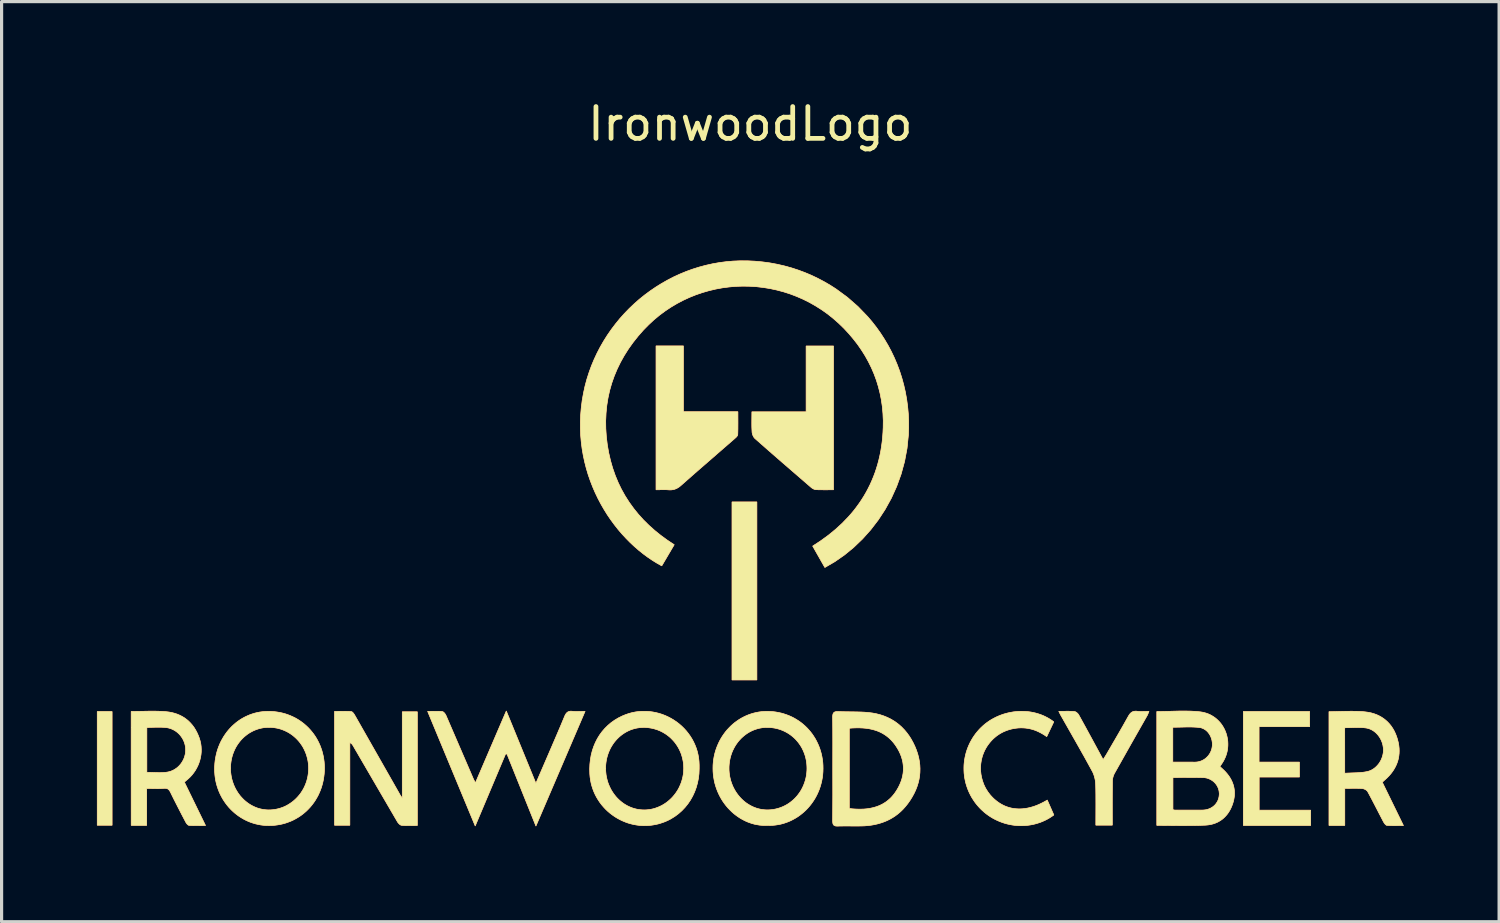
<source format=kicad_pcb>
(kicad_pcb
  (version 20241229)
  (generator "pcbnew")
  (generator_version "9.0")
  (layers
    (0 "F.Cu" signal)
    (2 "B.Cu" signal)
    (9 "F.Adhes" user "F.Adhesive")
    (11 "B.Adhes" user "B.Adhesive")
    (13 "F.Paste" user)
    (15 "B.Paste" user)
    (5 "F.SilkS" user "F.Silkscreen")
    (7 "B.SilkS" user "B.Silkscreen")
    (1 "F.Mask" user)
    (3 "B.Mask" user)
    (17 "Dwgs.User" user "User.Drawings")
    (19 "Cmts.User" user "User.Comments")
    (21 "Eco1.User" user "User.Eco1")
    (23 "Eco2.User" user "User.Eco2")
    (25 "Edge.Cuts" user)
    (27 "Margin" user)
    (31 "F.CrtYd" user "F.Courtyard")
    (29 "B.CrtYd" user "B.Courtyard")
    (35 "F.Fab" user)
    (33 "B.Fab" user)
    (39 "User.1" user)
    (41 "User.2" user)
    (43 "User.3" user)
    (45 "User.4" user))
  (footprint "IronwoodLogo"
    (layer "F.Cu")
    (at 20.557 1.348)
    (property "Reference" "IronwoodLogo" (at 0 -0.5 0) (unlocked yes) (layer "F.SilkS") (effects (font (size 1 1) (thickness 0.15))))
    (attr smd)
    (fp_poly (pts (xy -20.081 21.566) (xy -20.547 21.566) (xy -20.547 17.99) (xy -20.081 17.99)) (stroke (width 0.02) (type solid)) (fill yes) (layer "F.Cu"))
    (fp_poly (pts (xy 0.205 16.995) (xy -0.576 16.995) (xy -0.576 11.394) (xy 0.205 11.394)) (stroke (width 0.02) (type solid)) (fill yes) (layer "F.Cu"))
    (fp_poly (pts (xy 17.597 18.465) (xy 16.005 18.465) (xy 16.005 19.579) (xy 17.275 19.579) (xy 17.275 20.049) (xy 16.008 20.049) (xy 16.008 21.093) (xy 17.629 21.093) (xy 17.629 21.571) (xy 15.511 21.571) (xy 15.511 17.987) (xy 17.597 17.987)) (stroke (width 0.02) (type solid)) (fill yes) (layer "F.Cu"))
    (fp_poly (pts (xy 2.616 11.011) (xy 2.338 11.012) (xy 2.202 11.011) (xy 2.134 11.01) (xy 2.067 11.007) (xy 2.056 11.006) (xy 2.046 11.005) (xy 2.036 11.003) (xy 2.026 11) (xy 2.015 10.996) (xy 2.005 10.992) (xy 1.995 10.988) (xy 1.984 10.983) (xy 1.974 10.978) (xy 1.964 10.972) (xy 1.955 10.966) (xy 1.945 10.96) (xy 1.936 10.954) (xy 1.927 10.947) (xy 1.919 10.94) (xy 1.91 10.933) (xy 1.028 10.17) (xy 0.588 9.787) (xy 0.151 9.402) (xy 0.141 9.393) (xy 0.131 9.382) (xy 0.122 9.371) (xy 0.113 9.359) (xy 0.105 9.346) (xy 0.098 9.333) (xy 0.091 9.319) (xy 0.084 9.305) (xy 0.078 9.291) (xy 0.073 9.276) (xy 0.068 9.261) (xy 0.064 9.246) (xy 0.061 9.231) (xy 0.058 9.217) (xy 0.056 9.202) (xy 0.055 9.188) (xy 0.051 9.111) (xy 0.048 9.034) (xy 0.047 8.956) (xy 0.047 8.878) (xy 0.05 8.559) (xy 1.756 8.559) (xy 1.756 6.488) (xy 2.616 6.488)) (stroke (width 0.02) (type solid)) (fill yes) (layer "F.Cu"))
    (fp_poly (pts (xy -2.107 8.556) (xy -0.392 8.556) (xy -0.391 8.919) (xy -0.392 9.096) (xy -0.394 9.184) (xy -0.396 9.271) (xy -0.397 9.276) (xy -0.397 9.28) (xy -0.398 9.284) (xy -0.399 9.288) (xy -0.401 9.292) (xy -0.402 9.296) (xy -0.404 9.3) (xy -0.406 9.305) (xy -0.411 9.313) (xy -0.416 9.321) (xy -0.422 9.33) (xy -0.429 9.338) (xy -0.436 9.346) (xy -0.443 9.354) (xy -0.451 9.362) (xy -0.459 9.369) (xy -0.475 9.384) (xy -0.49 9.397) (xy -1.337 10.134) (xy -1.76 10.502) (xy -2.181 10.873) (xy -2.203 10.892) (xy -2.225 10.91) (xy -2.247 10.926) (xy -2.27 10.941) (xy -2.293 10.955) (xy -2.316 10.967) (xy -2.339 10.978) (xy -2.363 10.987) (xy -2.387 10.996) (xy -2.411 11.002) (xy -2.437 11.008) (xy -2.462 11.011) (xy -2.489 11.014) (xy -2.516 11.015) (xy -2.544 11.015) (xy -2.572 11.013) (xy -2.62 11.01) (xy -2.667 11.008) (xy -2.715 11.008) (xy -2.764 11.008) (xy -2.863 11.01) (xy -2.966 11.011) (xy -2.966 6.485) (xy -2.107 6.485)) (stroke (width 0.02) (type solid)) (fill yes) (layer "F.Cu"))
    (fp_poly (pts (xy -12.754 17.982) (xy -12.689 17.983) (xy -12.624 17.985) (xy -12.559 17.99) (xy -12.555 17.99) (xy -12.551 17.991) (xy -12.547 17.992) (xy -12.543 17.994) (xy -12.539 17.996) (xy -12.535 17.998) (xy -12.531 18) (xy -12.527 18.003) (xy -12.523 18.006) (xy -12.519 18.009) (xy -12.511 18.016) (xy -12.503 18.024) (xy -12.495 18.033) (xy -12.488 18.042) (xy -12.481 18.051) (xy -12.474 18.061) (xy -12.467 18.071) (xy -12.46 18.081) (xy -12.454 18.091) (xy -12.443 18.11) (xy -11.037 20.581) (xy -11.03 20.594) (xy -11.022 20.608) (xy -11.013 20.622) (xy -11.003 20.637) (xy -10.979 20.673) (xy -10.965 20.694) (xy -10.95 20.718) (xy -10.95 17.997) (xy -10.478 17.997) (xy -10.478 21.574) (xy -10.726 21.576) (xy -10.787 21.576) (xy -10.848 21.575) (xy -10.909 21.572) (xy -10.969 21.568) (xy -10.974 21.567) (xy -10.979 21.566) (xy -10.984 21.565) (xy -10.988 21.564) (xy -10.993 21.562) (xy -10.998 21.56) (xy -11.003 21.557) (xy -11.008 21.555) (xy -11.017 21.549) (xy -11.027 21.542) (xy -11.036 21.535) (xy -11.045 21.527) (xy -11.054 21.518) (xy -11.063 21.509) (xy -11.071 21.499) (xy -11.079 21.49) (xy -11.087 21.48) (xy -11.094 21.47) (xy -11.1 21.46) (xy -11.106 21.451) (xy -12.501 19.057) (xy -12.509 19.045) (xy -12.513 19.038) (xy -12.517 19.032) (xy -12.522 19.026) (xy -12.527 19.02) (xy -12.532 19.014) (xy -12.537 19.008) (xy -12.543 19.002) (xy -12.55 18.997) (xy -12.557 18.991) (xy -12.564 18.986) (xy -12.572 18.981) (xy -12.581 18.976) (xy -12.591 18.972) (xy -12.601 18.967) (xy -12.601 21.566) (xy -13.08 21.566) (xy -13.08 17.984) (xy -12.819 17.981)) (stroke (width 0.02) (type solid)) (fill yes) (layer "F.Cu"))
    (fp_poly (pts (xy -6.747 20.249) (xy -6.343 19.315) (xy -6.091 18.729) (xy -5.966 18.436) (xy -5.843 18.141) (xy -5.834 18.121) (xy -5.825 18.101) (xy -5.815 18.083) (xy -5.804 18.066) (xy -5.793 18.05) (xy -5.788 18.043) (xy -5.782 18.036) (xy -5.775 18.03) (xy -5.769 18.024) (xy -5.762 18.018) (xy -5.756 18.012) (xy -5.748 18.007) (xy -5.741 18.003) (xy -5.733 17.998) (xy -5.725 17.995) (xy -5.717 17.991) (xy -5.708 17.988) (xy -5.699 17.985) (xy -5.69 17.983) (xy -5.681 17.981) (xy -5.671 17.98) (xy -5.66 17.979) (xy -5.649 17.978) (xy -5.638 17.978) (xy -5.627 17.979) (xy -5.615 17.979) (xy -5.602 17.981) (xy -5.58 17.983) (xy -5.557 17.985) (xy -5.511 17.987) (xy -5.465 17.987) (xy -5.416 17.987) (xy -5.314 17.985) (xy -5.259 17.984) (xy -5.201 17.983) (xy -6.746 21.589) (xy -7.655 19.325) (xy -7.702 19.324) (xy -8.656 21.586) (xy -10.151 17.984) (xy -9.909 17.981) (xy -9.853 17.981) (xy -9.799 17.982) (xy -9.745 17.985) (xy -9.692 17.99) (xy -9.687 17.991) (xy -9.683 17.992) (xy -9.679 17.994) (xy -9.674 17.995) (xy -9.67 17.997) (xy -9.666 18) (xy -9.661 18.003) (xy -9.657 18.006) (xy -9.652 18.009) (xy -9.648 18.012) (xy -9.64 18.02) (xy -9.631 18.029) (xy -9.623 18.038) (xy -9.615 18.048) (xy -9.607 18.058) (xy -9.6 18.069) (xy -9.593 18.079) (xy -9.587 18.09) (xy -9.581 18.101) (xy -9.576 18.111) (xy -9.571 18.122) (xy -8.719 20.097) (xy -8.713 20.111) (xy -8.706 20.125) (xy -8.699 20.139) (xy -8.691 20.155) (xy -8.671 20.19) (xy -8.66 20.21) (xy -8.648 20.232) (xy -7.678 17.974)) (stroke (width 0.02) (type solid)) (fill yes) (layer "F.Cu"))
    (fp_poly (pts (xy 12.133 17.978) (xy 12.146 17.978) (xy 12.159 17.979) (xy 12.172 17.981) (xy 12.193 17.983) (xy 12.215 17.985) (xy 12.258 17.987) (xy 12.302 17.988) (xy 12.347 17.987) (xy 12.44 17.985) (xy 12.489 17.984) (xy 12.54 17.983) (xy 12.532 18.003) (xy 12.525 18.022) (xy 12.511 18.057) (xy 12.504 18.074) (xy 12.497 18.089) (xy 12.49 18.105) (xy 12.486 18.112) (xy 12.482 18.119) (xy 11.969 19.022) (xy 11.46 19.926) (xy 11.452 19.94) (xy 11.445 19.955) (xy 11.438 19.97) (xy 11.431 19.986) (xy 11.425 20.001) (xy 11.42 20.017) (xy 11.415 20.033) (xy 11.41 20.05) (xy 11.406 20.066) (xy 11.402 20.083) (xy 11.399 20.099) (xy 11.396 20.116) (xy 11.394 20.132) (xy 11.393 20.149) (xy 11.392 20.165) (xy 11.391 20.181) (xy 11.388 20.523) (xy 11.387 20.866) (xy 11.388 21.562) (xy 10.871 21.562) (xy 10.873 20.921) (xy 10.872 20.603) (xy 10.87 20.444) (xy 10.866 20.285) (xy 10.864 20.258) (xy 10.862 20.23) (xy 10.859 20.203) (xy 10.856 20.175) (xy 10.852 20.147) (xy 10.847 20.12) (xy 10.841 20.092) (xy 10.834 20.065) (xy 10.827 20.038) (xy 10.819 20.011) (xy 10.81 19.984) (xy 10.801 19.958) (xy 10.79 19.932) (xy 10.779 19.907) (xy 10.768 19.882) (xy 10.755 19.859) (xy 10.514 19.42) (xy 10.268 18.984) (xy 9.773 18.113) (xy 9.765 18.099) (xy 9.758 18.085) (xy 9.743 18.056) (xy 9.726 18.022) (xy 9.706 17.983) (xy 9.96 17.98) (xy 10.02 17.98) (xy 10.079 17.982) (xy 10.137 17.984) (xy 10.195 17.988) (xy 10.2 17.989) (xy 10.205 17.99) (xy 10.21 17.991) (xy 10.215 17.992) (xy 10.219 17.994) (xy 10.224 17.996) (xy 10.234 18.001) (xy 10.244 18.006) (xy 10.254 18.012) (xy 10.264 18.019) (xy 10.273 18.027) (xy 10.283 18.035) (xy 10.292 18.043) (xy 10.3 18.052) (xy 10.308 18.061) (xy 10.316 18.07) (xy 10.323 18.079) (xy 10.329 18.089) (xy 10.334 18.098) (xy 10.523 18.441) (xy 10.712 18.788) (xy 11.099 19.502) (xy 11.16 19.409) (xy 11.186 19.368) (xy 11.198 19.348) (xy 11.21 19.328) (xy 11.553 18.738) (xy 11.723 18.442) (xy 11.89 18.144) (xy 11.903 18.122) (xy 11.915 18.102) (xy 11.929 18.082) (xy 11.942 18.065) (xy 11.956 18.049) (xy 11.963 18.041) (xy 11.971 18.034) (xy 11.978 18.028) (xy 11.986 18.021) (xy 11.994 18.016) (xy 12.002 18.01) (xy 12.011 18.005) (xy 12.019 18) (xy 12.028 17.996) (xy 12.037 17.993) (xy 12.047 17.989) (xy 12.057 17.986) (xy 12.067 17.984) (xy 12.077 17.982) (xy 12.087 17.98) (xy 12.098 17.979) (xy 12.11 17.978) (xy 12.121 17.978)) (stroke (width 0.02) (type solid)) (fill yes) (layer "F.Cu"))
    (fp_poly (pts (xy 19.067 17.982) (xy 19.207 17.988) (xy 19.277 17.993) (xy 19.347 18) (xy 19.442 18.013) (xy 19.534 18.032) (xy 19.622 18.058) (xy 19.705 18.088) (xy 19.784 18.125) (xy 19.859 18.167) (xy 19.93 18.214) (xy 19.996 18.267) (xy 20.058 18.325) (xy 20.116 18.388) (xy 20.169 18.456) (xy 20.217 18.529) (xy 20.261 18.607) (xy 20.299 18.69) (xy 20.333 18.777) (xy 20.362 18.87) (xy 20.385 18.962) (xy 20.401 19.052) (xy 20.411 19.141) (xy 20.414 19.228) (xy 20.411 19.313) (xy 20.401 19.397) (xy 20.386 19.479) (xy 20.364 19.559) (xy 20.335 19.638) (xy 20.301 19.714) (xy 20.26 19.789) (xy 20.214 19.862) (xy 20.161 19.933) (xy 20.103 20.002) (xy 20.038 20.069) (xy 19.968 20.134) (xy 19.948 20.151) (xy 19.927 20.17) (xy 19.881 20.211) (xy 20.547 21.575) (xy 20.28 21.577) (xy 20.217 21.577) (xy 20.154 21.576) (xy 20.091 21.573) (xy 20.029 21.569) (xy 20.025 21.569) (xy 20.021 21.568) (xy 20.017 21.566) (xy 20.014 21.565) (xy 20.01 21.563) (xy 20.006 21.561) (xy 20.002 21.558) (xy 19.998 21.555) (xy 19.994 21.552) (xy 19.99 21.549) (xy 19.982 21.542) (xy 19.974 21.533) (xy 19.966 21.525) (xy 19.959 21.515) (xy 19.952 21.506) (xy 19.945 21.496) (xy 19.938 21.486) (xy 19.932 21.476) (xy 19.926 21.466) (xy 19.92 21.456) (xy 19.915 21.446) (xy 19.793 21.212) (xy 19.672 20.977) (xy 19.55 20.743) (xy 19.488 20.626) (xy 19.425 20.51) (xy 19.422 20.505) (xy 19.419 20.501) (xy 19.416 20.496) (xy 19.412 20.491) (xy 19.408 20.487) (xy 19.404 20.482) (xy 19.394 20.474) (xy 19.384 20.465) (xy 19.373 20.457) (xy 19.362 20.45) (xy 19.35 20.443) (xy 19.337 20.436) (xy 19.324 20.43) (xy 19.312 20.425) (xy 19.299 20.421) (xy 19.286 20.417) (xy 19.273 20.414) (xy 19.261 20.412) (xy 19.249 20.41) (xy 19.183 20.406) (xy 19.117 20.404) (xy 19.05 20.403) (xy 18.983 20.403) (xy 18.702 20.406) (xy 18.702 21.571) (xy 18.206 21.571) (xy 18.206 18.498) (xy 18.7 18.498) (xy 18.701 19.93) (xy 18.791 19.926) (xy 18.881 19.922) (xy 19.055 19.916) (xy 19.14 19.912) (xy 19.224 19.905) (xy 19.307 19.896) (xy 19.348 19.889) (xy 19.389 19.882) (xy 19.418 19.876) (xy 19.446 19.868) (xy 19.474 19.859) (xy 19.501 19.849) (xy 19.528 19.837) (xy 19.554 19.824) (xy 19.579 19.809) (xy 19.604 19.794) (xy 19.627 19.777) (xy 19.651 19.759) (xy 19.673 19.74) (xy 19.695 19.72) (xy 19.715 19.699) (xy 19.735 19.678) (xy 19.754 19.655) (xy 19.773 19.632) (xy 19.79 19.607) (xy 19.806 19.583) (xy 19.821 19.557) (xy 19.836 19.531) (xy 19.849 19.504) (xy 19.861 19.477) (xy 19.872 19.449) (xy 19.882 19.421) (xy 19.891 19.392) (xy 19.899 19.363) (xy 19.905 19.334) (xy 19.911 19.305) (xy 19.915 19.275) (xy 19.917 19.245) (xy 19.919 19.215) (xy 19.919 19.185) (xy 19.918 19.155) (xy 19.915 19.125) (xy 19.906 19.065) (xy 19.893 19.006) (xy 19.874 18.949) (xy 19.851 18.893) (xy 19.824 18.839) (xy 19.793 18.788) (xy 19.758 18.74) (xy 19.719 18.695) (xy 19.678 18.654) (xy 19.655 18.635) (xy 19.633 18.617) (xy 19.609 18.6) (xy 19.585 18.584) (xy 19.56 18.57) (xy 19.534 18.556) (xy 19.508 18.544) (xy 19.481 18.533) (xy 19.453 18.524) (xy 19.426 18.516) (xy 19.397 18.509) (xy 19.368 18.504) (xy 19.327 18.499) (xy 19.286 18.495) (xy 19.245 18.492) (xy 19.204 18.49) (xy 19.121 18.489) (xy 19.038 18.49) (xy 18.87 18.495) (xy 18.785 18.497) (xy 18.7 18.498) (xy 18.206 18.498) (xy 18.206 17.992) (xy 18.352 17.991) (xy 18.497 17.987) (xy 18.783 17.981) (xy 18.925 17.98)) (stroke (width 0.02) (type solid)) (fill yes) (layer "F.Cu"))
    (fp_poly (pts (xy 2.768 17.99) (xy 2.887 17.994) (xy 3.005 17.996) (xy 3.243 17.999) (xy 3.361 18.001) (xy 3.48 18.004) (xy 3.598 18.01) (xy 3.716 18.02) (xy 3.842 18.036) (xy 3.964 18.059) (xy 4.082 18.089) (xy 4.195 18.126) (xy 4.303 18.17) (xy 4.406 18.22) (xy 4.505 18.277) (xy 4.599 18.341) (xy 4.688 18.411) (xy 4.772 18.488) (xy 4.852 18.571) (xy 4.926 18.66) (xy 4.996 18.756) (xy 5.061 18.858) (xy 5.12 18.966) (xy 5.175 19.08) (xy 5.224 19.2) (xy 5.264 19.319) (xy 5.295 19.437) (xy 5.318 19.554) (xy 5.332 19.67) (xy 5.338 19.786) (xy 5.335 19.901) (xy 5.325 20.015) (xy 5.306 20.128) (xy 5.279 20.239) (xy 5.244 20.35) (xy 5.201 20.46) (xy 5.15 20.568) (xy 5.091 20.676) (xy 5.025 20.782) (xy 4.951 20.887) (xy 4.881 20.975) (xy 4.808 21.057) (xy 4.731 21.133) (xy 4.651 21.202) (xy 4.568 21.265) (xy 4.482 21.322) (xy 4.394 21.373) (xy 4.302 21.419) (xy 4.207 21.458) (xy 4.11 21.492) (xy 4.01 21.521) (xy 3.908 21.545) (xy 3.804 21.563) (xy 3.697 21.577) (xy 3.588 21.585) (xy 3.476 21.589) (xy 3.294 21.59) (xy 3.111 21.589) (xy 2.928 21.589) (xy 2.837 21.59) (xy 2.746 21.592) (xy 2.724 21.592) (xy 2.713 21.591) (xy 2.704 21.591) (xy 2.694 21.59) (xy 2.686 21.588) (xy 2.677 21.587) (xy 2.669 21.585) (xy 2.662 21.582) (xy 2.655 21.579) (xy 2.649 21.576) (xy 2.642 21.573) (xy 2.637 21.569) (xy 2.631 21.565) (xy 2.627 21.561) (xy 2.622 21.556) (xy 2.618 21.551) (xy 2.614 21.546) (xy 2.61 21.54) (xy 2.607 21.534) (xy 2.604 21.527) (xy 2.602 21.52) (xy 2.6 21.513) (xy 2.598 21.506) (xy 2.596 21.498) (xy 2.595 21.489) (xy 2.593 21.471) (xy 2.592 21.452) (xy 2.591 21.431) (xy 2.593 21.041) (xy 3.113 21.041) (xy 3.229 21.052) (xy 3.342 21.059) (xy 3.453 21.061) (xy 3.562 21.058) (xy 3.669 21.049) (xy 3.773 21.033) (xy 3.874 21.011) (xy 3.971 20.982) (xy 4.066 20.946) (xy 4.157 20.901) (xy 4.245 20.848) (xy 4.287 20.818) (xy 4.328 20.786) (xy 4.368 20.752) (xy 4.408 20.716) (xy 4.446 20.677) (xy 4.483 20.635) (xy 4.519 20.591) (xy 4.554 20.544) (xy 4.587 20.495) (xy 4.62 20.443) (xy 4.668 20.357) (xy 4.709 20.271) (xy 4.744 20.184) (xy 4.772 20.098) (xy 4.793 20.011) (xy 4.808 19.924) (xy 4.815 19.837) (xy 4.816 19.751) (xy 4.81 19.664) (xy 4.798 19.578) (xy 4.778 19.492) (xy 4.752 19.406) (xy 4.719 19.321) (xy 4.679 19.236) (xy 4.632 19.151) (xy 4.579 19.068) (xy 4.545 19.02) (xy 4.511 18.976) (xy 4.475 18.933) (xy 4.439 18.893) (xy 4.401 18.856) (xy 4.363 18.82) (xy 4.324 18.787) (xy 4.284 18.756) (xy 4.243 18.727) (xy 4.201 18.7) (xy 4.159 18.675) (xy 4.116 18.652) (xy 4.072 18.631) (xy 4.027 18.611) (xy 3.981 18.594) (xy 3.935 18.578) (xy 3.84 18.551) (xy 3.743 18.53) (xy 3.643 18.515) (xy 3.541 18.506) (xy 3.437 18.501) (xy 3.331 18.501) (xy 3.223 18.505) (xy 3.113 18.513) (xy 3.113 21.041) (xy 2.593 21.041) (xy 2.595 20.61) (xy 2.594 19.789) (xy 2.595 18.976) (xy 2.594 18.57) (xy 2.591 18.164) (xy 2.591 18.14) (xy 2.592 18.117) (xy 2.594 18.107) (xy 2.595 18.097) (xy 2.597 18.087) (xy 2.599 18.078) (xy 2.601 18.07) (xy 2.604 18.062) (xy 2.607 18.054) (xy 2.61 18.047) (xy 2.614 18.04) (xy 2.619 18.034) (xy 2.623 18.028) (xy 2.628 18.023) (xy 2.633 18.018) (xy 2.639 18.014) (xy 2.645 18.009) (xy 2.652 18.006) (xy 2.659 18.002) (xy 2.667 18) (xy 2.675 17.997) (xy 2.683 17.995) (xy 2.692 17.993) (xy 2.701 17.992) (xy 2.711 17.99) (xy 2.722 17.99) (xy 2.744 17.989)) (stroke (width 0.02) (type solid)) (fill yes) (layer "F.Cu"))
    (fp_poly (pts (xy 8.59 17.983) (xy 8.669 17.987) (xy 8.748 17.994) (xy 8.827 18.005) (xy 8.905 18.02) (xy 8.982 18.038) (xy 9.057 18.06) (xy 9.132 18.085) (xy 9.206 18.114) (xy 9.277 18.147) (xy 9.347 18.183) (xy 9.416 18.223) (xy 9.482 18.266) (xy 9.546 18.313) (xy 9.325 18.777) (xy 9.26 18.732) (xy 9.195 18.692) (xy 9.129 18.655) (xy 9.062 18.622) (xy 8.995 18.592) (xy 8.928 18.567) (xy 8.859 18.546) (xy 8.79 18.529) (xy 8.72 18.516) (xy 8.65 18.507) (xy 8.579 18.502) (xy 8.507 18.501) (xy 8.434 18.504) (xy 8.361 18.512) (xy 8.287 18.523) (xy 8.212 18.539) (xy 8.158 18.554) (xy 8.105 18.57) (xy 8.053 18.588) (xy 8.003 18.609) (xy 7.953 18.631) (xy 7.905 18.656) (xy 7.858 18.682) (xy 7.813 18.711) (xy 7.768 18.741) (xy 7.725 18.774) (xy 7.684 18.809) (xy 7.643 18.845) (xy 7.604 18.884) (xy 7.567 18.924) (xy 7.53 18.967) (xy 7.496 19.011) (xy 7.462 19.058) (xy 7.431 19.105) (xy 7.403 19.154) (xy 7.376 19.204) (xy 7.353 19.254) (xy 7.331 19.305) (xy 7.312 19.357) (xy 7.295 19.41) (xy 7.281 19.463) (xy 7.268 19.517) (xy 7.251 19.626) (xy 7.243 19.735) (xy 7.244 19.845) (xy 7.255 19.955) (xy 7.275 20.063) (xy 7.304 20.169) (xy 7.341 20.274) (xy 7.364 20.325) (xy 7.388 20.375) (xy 7.415 20.424) (xy 7.445 20.472) (xy 7.476 20.52) (xy 7.51 20.565) (xy 7.545 20.61) (xy 7.584 20.654) (xy 7.626 20.698) (xy 7.669 20.739) (xy 7.714 20.778) (xy 7.759 20.814) (xy 7.806 20.848) (xy 7.853 20.879) (xy 7.902 20.908) (xy 7.951 20.934) (xy 8.001 20.958) (xy 8.053 20.979) (xy 8.105 20.997) (xy 8.158 21.013) (xy 8.211 21.026) (xy 8.266 21.036) (xy 8.321 21.044) (xy 8.377 21.049) (xy 8.433 21.052) (xy 8.49 21.052) (xy 8.548 21.05) (xy 8.607 21.044) (xy 8.666 21.036) (xy 8.725 21.026) (xy 8.785 21.013) (xy 8.845 20.997) (xy 8.906 20.979) (xy 8.967 20.958) (xy 9.029 20.934) (xy 9.091 20.907) (xy 9.153 20.878) (xy 9.216 20.846) (xy 9.279 20.812) (xy 9.342 20.775) (xy 9.548 21.243) (xy 9.48 21.291) (xy 9.41 21.336) (xy 9.338 21.377) (xy 9.265 21.414) (xy 9.19 21.447) (xy 9.115 21.477) (xy 9.038 21.502) (xy 8.961 21.524) (xy 8.882 21.543) (xy 8.803 21.557) (xy 8.724 21.568) (xy 8.644 21.576) (xy 8.564 21.579) (xy 8.484 21.579) (xy 8.403 21.576) (xy 8.323 21.569) (xy 8.244 21.558) (xy 8.165 21.544) (xy 8.086 21.526) (xy 8.008 21.505) (xy 7.931 21.48) (xy 7.856 21.452) (xy 7.781 21.42) (xy 7.707 21.385) (xy 7.635 21.347) (xy 7.565 21.305) (xy 7.496 21.26) (xy 7.429 21.211) (xy 7.364 21.16) (xy 7.302 21.104) (xy 7.241 21.046) (xy 7.183 20.984) (xy 7.126 20.918) (xy 7.073 20.85) (xy 7.024 20.779) (xy 6.978 20.708) (xy 6.936 20.634) (xy 6.898 20.559) (xy 6.863 20.483) (xy 6.833 20.406) (xy 6.806 20.328) (xy 6.782 20.248) (xy 6.763 20.169) (xy 6.747 20.088) (xy 6.735 20.007) (xy 6.726 19.925) (xy 6.722 19.844) (xy 6.721 19.762) (xy 6.723 19.68) (xy 6.73 19.598) (xy 6.74 19.517) (xy 6.754 19.436) (xy 6.771 19.356) (xy 6.792 19.276) (xy 6.817 19.197) (xy 6.846 19.119) (xy 6.878 19.043) (xy 6.914 18.967) (xy 6.954 18.893) (xy 6.997 18.82) (xy 7.044 18.749) (xy 7.095 18.679) (xy 7.15 18.612) (xy 7.208 18.546) (xy 7.266 18.487) (xy 7.326 18.432) (xy 7.388 18.379) (xy 7.453 18.33) (xy 7.52 18.283) (xy 7.589 18.24) (xy 7.66 18.201) (xy 7.732 18.164) (xy 7.806 18.131) (xy 7.881 18.101) (xy 7.957 18.074) (xy 8.034 18.051) (xy 8.112 18.031) (xy 8.191 18.015) (xy 8.27 18.001) (xy 8.35 17.992) (xy 8.43 17.985) (xy 8.51 17.982)) (stroke (width 0.02) (type solid)) (fill yes) (layer "F.Cu"))
    (fp_poly (pts (xy -18.657 17.979) (xy -18.523 17.983) (xy -18.389 17.993) (xy -18.294 18.004) (xy -18.202 18.021) (xy -18.114 18.044) (xy -18.03 18.072) (xy -17.95 18.106) (xy -17.874 18.145) (xy -17.802 18.189) (xy -17.734 18.239) (xy -17.67 18.294) (xy -17.61 18.355) (xy -17.554 18.42) (xy -17.502 18.49) (xy -17.455 18.566) (xy -17.412 18.646) (xy -17.373 18.732) (xy -17.338 18.822) (xy -17.312 18.908) (xy -17.292 18.995) (xy -17.28 19.083) (xy -17.275 19.172) (xy -17.276 19.26) (xy -17.284 19.347) (xy -17.299 19.434) (xy -17.32 19.52) (xy -17.347 19.604) (xy -17.38 19.686) (xy -17.419 19.765) (xy -17.463 19.842) (xy -17.514 19.916) (xy -17.569 19.986) (xy -17.63 20.052) (xy -17.697 20.114) (xy -17.721 20.135) (xy -17.747 20.157) (xy -17.808 20.208) (xy -17.142 21.574) (xy -17.406 21.576) (xy -17.47 21.576) (xy -17.532 21.575) (xy -17.595 21.573) (xy -17.657 21.569) (xy -17.66 21.569) (xy -17.664 21.568) (xy -17.668 21.567) (xy -17.672 21.566) (xy -17.675 21.564) (xy -17.679 21.562) (xy -17.683 21.56) (xy -17.687 21.558) (xy -17.69 21.555) (xy -17.694 21.553) (xy -17.702 21.546) (xy -17.709 21.54) (xy -17.716 21.532) (xy -17.723 21.525) (xy -17.73 21.517) (xy -17.736 21.508) (xy -17.743 21.5) (xy -17.749 21.491) (xy -17.754 21.482) (xy -17.759 21.474) (xy -17.763 21.466) (xy -17.886 21.232) (xy -18.007 20.997) (xy -18.127 20.762) (xy -18.244 20.525) (xy -18.253 20.508) (xy -18.262 20.493) (xy -18.271 20.478) (xy -18.276 20.472) (xy -18.281 20.465) (xy -18.286 20.459) (xy -18.291 20.454) (xy -18.296 20.448) (xy -18.302 20.443) (xy -18.307 20.438) (xy -18.313 20.434) (xy -18.318 20.43) (xy -18.324 20.426) (xy -18.331 20.422) (xy -18.337 20.419) (xy -18.344 20.416) (xy -18.35 20.413) (xy -18.357 20.411) (xy -18.365 20.409) (xy -18.372 20.407) (xy -18.38 20.406) (xy -18.388 20.405) (xy -18.397 20.404) (xy -18.405 20.403) (xy -18.414 20.403) (xy -18.423 20.403) (xy -18.433 20.403) (xy -18.453 20.404) (xy -18.518 20.409) (xy -18.584 20.412) (xy -18.65 20.413) (xy -18.717 20.412) (xy -18.852 20.41) (xy -18.992 20.409) (xy -18.992 21.569) (xy -19.478 21.569) (xy -19.479 19.902) (xy -18.988 19.902) (xy -18.906 19.903) (xy -18.826 19.905) (xy -18.668 19.91) (xy -18.589 19.911) (xy -18.512 19.91) (xy -18.474 19.908) (xy -18.436 19.905) (xy -18.397 19.902) (xy -18.36 19.897) (xy -18.327 19.892) (xy -18.295 19.885) (xy -18.264 19.876) (xy -18.233 19.867) (xy -18.203 19.855) (xy -18.174 19.842) (xy -18.145 19.828) (xy -18.118 19.813) (xy -18.091 19.796) (xy -18.065 19.778) (xy -18.039 19.759) (xy -18.015 19.739) (xy -17.992 19.718) (xy -17.969 19.695) (xy -17.948 19.672) (xy -17.927 19.648) (xy -17.908 19.623) (xy -17.89 19.597) (xy -17.873 19.571) (xy -17.857 19.543) (xy -17.842 19.515) (xy -17.828 19.486) (xy -17.816 19.457) (xy -17.805 19.427) (xy -17.795 19.397) (xy -17.787 19.366) (xy -17.779 19.335) (xy -17.774 19.304) (xy -17.77 19.272) (xy -17.767 19.24) (xy -17.765 19.207) (xy -17.766 19.175) (xy -17.767 19.143) (xy -17.77 19.111) (xy -17.775 19.08) (xy -17.781 19.049) (xy -17.788 19.019) (xy -17.797 18.989) (xy -17.807 18.959) (xy -17.818 18.93) (xy -17.83 18.901) (xy -17.844 18.873) (xy -17.859 18.846) (xy -17.875 18.819) (xy -17.892 18.793) (xy -17.91 18.768) (xy -17.929 18.744) (xy -17.949 18.72) (xy -17.97 18.697) (xy -17.992 18.676) (xy -18.015 18.655) (xy -18.039 18.635) (xy -18.064 18.616) (xy -18.089 18.599) (xy -18.116 18.582) (xy -18.143 18.567) (xy -18.171 18.553) (xy -18.2 18.54) (xy -18.229 18.528) (xy -18.259 18.518) (xy -18.289 18.509) (xy -18.32 18.502) (xy -18.352 18.496) (xy -18.384 18.492) (xy -18.421 18.488) (xy -18.458 18.485) (xy -18.532 18.482) (xy -18.607 18.481) (xy -18.683 18.481) (xy -18.834 18.485) (xy -18.911 18.487) (xy -18.988 18.488) (xy -18.988 19.902) (xy -19.479 19.902) (xy -19.479 17.987) (xy -19.201 17.983) (xy -18.927 17.978) (xy -18.792 17.977)) (stroke (width 0.02) (type solid)) (fill yes) (layer "F.Cu"))
    (fp_poly (pts (xy -0.082 3.809) (xy 0.153 3.821) (xy 0.385 3.843) (xy 0.615 3.874) (xy 0.841 3.916) (xy 1.064 3.967) (xy 1.283 4.027) (xy 1.498 4.097) (xy 1.709 4.175) (xy 1.916 4.262) (xy 2.118 4.358) (xy 2.315 4.462) (xy 2.507 4.573) (xy 2.694 4.693) (xy 3.051 4.955) (xy 3.383 5.245) (xy 3.69 5.563) (xy 3.833 5.731) (xy 3.969 5.906) (xy 4.097 6.086) (xy 4.217 6.272) (xy 4.33 6.463) (xy 4.435 6.66) (xy 4.531 6.862) (xy 4.618 7.068) (xy 4.697 7.279) (xy 4.766 7.494) (xy 4.826 7.714) (xy 4.877 7.937) (xy 4.918 8.166) (xy 4.949 8.393) (xy 4.969 8.618) (xy 4.98 8.84) (xy 4.981 9.061) (xy 4.973 9.279) (xy 4.93 9.706) (xy 4.852 10.121) (xy 4.742 10.522) (xy 4.602 10.908) (xy 4.435 11.277) (xy 4.241 11.628) (xy 4.024 11.96) (xy 3.786 12.27) (xy 3.528 12.558) (xy 3.253 12.822) (xy 2.963 13.06) (xy 2.659 13.272) (xy 2.345 13.455) (xy 1.963 12.783) (xy 2.216 12.617) (xy 2.455 12.443) (xy 2.679 12.26) (xy 2.889 12.068) (xy 3.083 11.867) (xy 3.175 11.763) (xy 3.263 11.657) (xy 3.346 11.548) (xy 3.426 11.438) (xy 3.502 11.325) (xy 3.575 11.209) (xy 3.643 11.092) (xy 3.707 10.972) (xy 3.768 10.85) (xy 3.824 10.725) (xy 3.876 10.599) (xy 3.925 10.47) (xy 3.969 10.338) (xy 4.009 10.205) (xy 4.045 10.069) (xy 4.077 9.93) (xy 4.105 9.79) (xy 4.128 9.647) (xy 4.148 9.501) (xy 4.163 9.354) (xy 4.174 9.203) (xy 4.181 9.051) (xy 4.183 8.827) (xy 4.173 8.607) (xy 4.153 8.391) (xy 4.122 8.178) (xy 4.08 7.969) (xy 4.028 7.764) (xy 3.966 7.562) (xy 3.893 7.365) (xy 3.81 7.172) (xy 3.716 6.982) (xy 3.613 6.797) (xy 3.499 6.616) (xy 3.376 6.438) (xy 3.242 6.266) (xy 3.099 6.097) (xy 2.946 5.932) (xy 2.779 5.77) (xy 2.606 5.618) (xy 2.428 5.476) (xy 2.244 5.346) (xy 2.054 5.226) (xy 1.861 5.116) (xy 1.663 5.017) (xy 1.461 4.929) (xy 1.257 4.851) (xy 1.049 4.784) (xy 0.839 4.728) (xy 0.627 4.682) (xy 0.413 4.647) (xy 0.199 4.622) (xy -0.017 4.608) (xy -0.232 4.604) (xy -0.448 4.611) (xy -0.662 4.629) (xy -0.876 4.657) (xy -1.088 4.696) (xy -1.299 4.746) (xy -1.507 4.806) (xy -1.712 4.876) (xy -1.914 4.957) (xy -2.113 5.049) (xy -2.307 5.151) (xy -2.497 5.264) (xy -2.682 5.387) (xy -2.862 5.521) (xy -3.036 5.666) (xy -3.203 5.821) (xy -3.365 5.986) (xy -3.535 6.18) (xy -3.692 6.378) (xy -3.837 6.581) (xy -3.968 6.788) (xy -4.086 6.999) (xy -4.191 7.215) (xy -4.283 7.435) (xy -4.362 7.659) (xy -4.427 7.887) (xy -4.478 8.12) (xy -4.516 8.356) (xy -4.54 8.597) (xy -4.551 8.841) (xy -4.548 9.09) (xy -4.531 9.342) (xy -4.5 9.599) (xy -4.456 9.851) (xy -4.399 10.096) (xy -4.331 10.333) (xy -4.251 10.562) (xy -4.159 10.784) (xy -4.055 10.999) (xy -3.939 11.206) (xy -3.812 11.405) (xy -3.673 11.597) (xy -3.524 11.782) (xy -3.363 11.96) (xy -3.191 12.13) (xy -3.008 12.293) (xy -2.815 12.449) (xy -2.611 12.598) (xy -2.396 12.74) (xy -2.787 13.404) (xy -2.935 13.321) (xy -3.082 13.23) (xy -3.227 13.132) (xy -3.369 13.027) (xy -3.509 12.915) (xy -3.646 12.796) (xy -3.78 12.671) (xy -3.91 12.539) (xy -4.037 12.402) (xy -4.16 12.258) (xy -4.278 12.108) (xy -4.392 11.953) (xy -4.501 11.793) (xy -4.604 11.627) (xy -4.702 11.457) (xy -4.795 11.281) (xy -4.881 11.101) (xy -4.961 10.916) (xy -5.034 10.728) (xy -5.101 10.535) (xy -5.16 10.338) (xy -5.211 10.138) (xy -5.255 9.934) (xy -5.291 9.727) (xy -5.318 9.516) (xy -5.337 9.303) (xy -5.346 9.087) (xy -5.347 8.868) (xy -5.337 8.648) (xy -5.318 8.425) (xy -5.289 8.199) (xy -5.249 7.973) (xy -5.201 7.753) (xy -5.143 7.537) (xy -5.075 7.324) (xy -5 7.116) (xy -4.915 6.913) (xy -4.822 6.713) (xy -4.721 6.519) (xy -4.612 6.33) (xy -4.496 6.146) (xy -4.372 5.967) (xy -4.241 5.794) (xy -4.104 5.626) (xy -3.96 5.465) (xy -3.809 5.309) (xy -3.653 5.161) (xy -3.491 5.018) (xy -3.323 4.883) (xy -3.15 4.755) (xy -2.972 4.634) (xy -2.789 4.52) (xy -2.602 4.414) (xy -2.411 4.315) (xy -2.215 4.225) (xy -2.016 4.143) (xy -1.814 4.07) (xy -1.608 4.005) (xy -1.399 3.949) (xy -1.188 3.902) (xy -0.974 3.864) (xy -0.758 3.836) (xy -0.54 3.817) (xy -0.32 3.808)) (stroke (width 0.02) (type solid)) (fill yes) (layer "F.Cu"))
    (fp_poly (pts (xy -3.289 17.981) (xy -3.184 17.988) (xy -3.08 18.001) (xy -2.978 18.02) (xy -2.878 18.045) (xy -2.779 18.076) (xy -2.682 18.113) (xy -2.588 18.156) (xy -2.496 18.204) (xy -2.408 18.257) (xy -2.322 18.315) (xy -2.24 18.378) (xy -2.162 18.446) (xy -2.088 18.518) (xy -2.018 18.595) (xy -1.953 18.676) (xy -1.893 18.76) (xy -1.837 18.849) (xy -1.787 18.941) (xy -1.743 19.037) (xy -1.704 19.136) (xy -1.672 19.238) (xy -1.646 19.344) (xy -1.627 19.452) (xy -1.615 19.562) (xy -1.61 19.675) (xy -1.61 19.73) (xy -1.61 19.785) (xy -1.616 19.94) (xy -1.634 20.092) (xy -1.664 20.239) (xy -1.704 20.382) (xy -1.755 20.519) (xy -1.816 20.651) (xy -1.887 20.776) (xy -1.967 20.894) (xy -2.056 21.004) (xy -2.154 21.107) (xy -2.26 21.201) (xy -2.374 21.286) (xy -2.495 21.361) (xy -2.558 21.395) (xy -2.623 21.426) (xy -2.69 21.455) (xy -2.758 21.48) (xy -2.828 21.503) (xy -2.899 21.524) (xy -2.997 21.546) (xy -3.095 21.562) (xy -3.192 21.573) (xy -3.289 21.578) (xy -3.385 21.577) (xy -3.48 21.571) (xy -3.574 21.559) (xy -3.667 21.543) (xy -3.759 21.521) (xy -3.849 21.495) (xy -3.937 21.463) (xy -4.023 21.427) (xy -4.107 21.387) (xy -4.189 21.342) (xy -4.268 21.293) (xy -4.344 21.24) (xy -4.418 21.183) (xy -4.488 21.123) (xy -4.556 21.058) (xy -4.619 20.99) (xy -4.68 20.919) (xy -4.736 20.844) (xy -4.788 20.766) (xy -4.837 20.685) (xy -4.881 20.601) (xy -4.92 20.515) (xy -4.954 20.426) (xy -4.984 20.334) (xy -5.009 20.24) (xy -5.028 20.144) (xy -5.042 20.046) (xy -5.05 19.946) (xy -5.054 19.792) (xy -5.053 19.774) (xy -4.554 19.774) (xy -4.552 19.841) (xy -4.547 19.908) (xy -4.54 19.974) (xy -4.529 20.039) (xy -4.515 20.102) (xy -4.499 20.165) (xy -4.48 20.226) (xy -4.458 20.285) (xy -4.433 20.343) (xy -4.406 20.4) (xy -4.377 20.455) (xy -4.345 20.508) (xy -4.311 20.56) (xy -4.275 20.609) (xy -4.237 20.657) (xy -4.197 20.702) (xy -4.154 20.746) (xy -4.11 20.787) (xy -4.064 20.826) (xy -4.016 20.863) (xy -3.967 20.897) (xy -3.916 20.928) (xy -3.864 20.957) (xy -3.81 20.983) (xy -3.755 21.006) (xy -3.698 21.027) (xy -3.641 21.044) (xy -3.582 21.059) (xy -3.522 21.07) (xy -3.461 21.078) (xy -3.4 21.083) (xy -3.337 21.085) (xy -3.274 21.083) (xy -3.211 21.077) (xy -3.149 21.069) (xy -3.088 21.057) (xy -3.028 21.042) (xy -2.97 21.023) (xy -2.912 21.002) (xy -2.856 20.978) (xy -2.801 20.952) (xy -2.747 20.922) (xy -2.695 20.89) (xy -2.645 20.856) (xy -2.596 20.819) (xy -2.549 20.779) (xy -2.504 20.738) (xy -2.46 20.694) (xy -2.419 20.648) (xy -2.38 20.6) (xy -2.343 20.551) (xy -2.308 20.499) (xy -2.275 20.446) (xy -2.245 20.391) (xy -2.218 20.334) (xy -2.193 20.276) (xy -2.17 20.217) (xy -2.151 20.156) (xy -2.134 20.094) (xy -2.12 20.031) (xy -2.109 19.967) (xy -2.101 19.902) (xy -2.097 19.836) (xy -2.095 19.77) (xy -2.097 19.703) (xy -2.102 19.637) (xy -2.11 19.572) (xy -2.122 19.508) (xy -2.136 19.446) (xy -2.153 19.384) (xy -2.172 19.324) (xy -2.195 19.266) (xy -2.22 19.209) (xy -2.248 19.154) (xy -2.278 19.1) (xy -2.311 19.048) (xy -2.346 18.998) (xy -2.383 18.949) (xy -2.423 18.903) (xy -2.465 18.859) (xy -2.508 18.816) (xy -2.554 18.776) (xy -2.602 18.738) (xy -2.651 18.703) (xy -2.703 18.67) (xy -2.756 18.639) (xy -2.81 18.611) (xy -2.866 18.586) (xy -2.924 18.563) (xy -2.983 18.544) (xy -3.043 18.527) (xy -3.104 18.513) (xy -3.167 18.502) (xy -3.231 18.494) (xy -3.295 18.489) (xy -3.361 18.488) (xy -3.422 18.49) (xy -3.483 18.495) (xy -3.543 18.503) (xy -3.602 18.514) (xy -3.66 18.529) (xy -3.717 18.546) (xy -3.772 18.566) (xy -3.826 18.589) (xy -3.879 18.615) (xy -3.931 18.644) (xy -3.981 18.675) (xy -4.029 18.708) (xy -4.076 18.744) (xy -4.121 18.782) (xy -4.164 18.823) (xy -4.206 18.865) (xy -4.245 18.91) (xy -4.283 18.956) (xy -4.318 19.005) (xy -4.351 19.055) (xy -4.382 19.107) (xy -4.411 19.161) (xy -4.437 19.217) (xy -4.461 19.274) (xy -4.482 19.332) (xy -4.501 19.392) (xy -4.517 19.453) (xy -4.53 19.515) (xy -4.54 19.578) (xy -4.548 19.642) (xy -4.552 19.708) (xy -4.554 19.774) (xy -5.053 19.774) (xy -5.047 19.643) (xy -5.031 19.497) (xy -5.006 19.356) (xy -4.971 19.22) (xy -4.927 19.089) (xy -4.874 18.963) (xy -4.813 18.843) (xy -4.743 18.729) (xy -4.664 18.621) (xy -4.577 18.52) (xy -4.483 18.427) (xy -4.381 18.34) (xy -4.271 18.262) (xy -4.153 18.191) (xy -4.028 18.129) (xy -3.924 18.086) (xy -3.818 18.05) (xy -3.713 18.022) (xy -3.606 18.001) (xy -3.5 17.988) (xy -3.394 17.981)) (stroke (width 0.02) (type solid)) (fill yes) (layer "F.Cu"))
    (fp_poly (pts (xy -15.072 17.985) (xy -14.981 17.992) (xy -14.892 18.003) (xy -14.804 18.018) (xy -14.718 18.037) (xy -14.634 18.06) (xy -14.551 18.088) (xy -14.471 18.119) (xy -14.393 18.154) (xy -14.316 18.192) (xy -14.243 18.234) (xy -14.171 18.28) (xy -14.102 18.329) (xy -14.036 18.381) (xy -13.973 18.436) (xy -13.912 18.494) (xy -13.854 18.556) (xy -13.799 18.62) (xy -13.747 18.687) (xy -13.698 18.756) (xy -13.653 18.828) (xy -13.611 18.903) (xy -13.573 18.979) (xy -13.538 19.058) (xy -13.507 19.14) (xy -13.479 19.223) (xy -13.456 19.308) (xy -13.436 19.395) (xy -13.421 19.484) (xy -13.409 19.574) (xy -13.403 19.666) (xy -13.4 19.76) (xy -13.402 19.855) (xy -13.408 19.949) (xy -13.419 20.041) (xy -13.433 20.131) (xy -13.452 20.22) (xy -13.475 20.307) (xy -13.501 20.392) (xy -13.532 20.475) (xy -13.566 20.555) (xy -13.603 20.634) (xy -13.645 20.71) (xy -13.689 20.783) (xy -13.737 20.854) (xy -13.788 20.922) (xy -13.842 20.988) (xy -13.899 21.05) (xy -13.959 21.11) (xy -14.022 21.166) (xy -14.088 21.22) (xy -14.156 21.27) (xy -14.227 21.316) (xy -14.3 21.359) (xy -14.375 21.399) (xy -14.453 21.435) (xy -14.533 21.466) (xy -14.615 21.495) (xy -14.698 21.519) (xy -14.784 21.539) (xy -14.871 21.554) (xy -14.96 21.566) (xy -15.051 21.573) (xy -15.143 21.575) (xy -15.231 21.573) (xy -15.318 21.567) (xy -15.403 21.556) (xy -15.487 21.54) (xy -15.57 21.521) (xy -15.651 21.497) (xy -15.73 21.47) (xy -15.808 21.438) (xy -15.883 21.403) (xy -15.957 21.364) (xy -16.029 21.321) (xy -16.098 21.276) (xy -16.165 21.226) (xy -16.23 21.174) (xy -16.292 21.118) (xy -16.351 21.06) (xy -16.408 20.999) (xy -16.462 20.934) (xy -16.512 20.868) (xy -16.56 20.798) (xy -16.605 20.727) (xy -16.646 20.652) (xy -16.684 20.576) (xy -16.718 20.498) (xy -16.749 20.417) (xy -16.776 20.335) (xy -16.8 20.251) (xy -16.819 20.165) (xy -16.834 20.078) (xy -16.845 19.989) (xy -16.852 19.899) (xy -16.855 19.808) (xy -16.854 19.767) (xy -16.355 19.767) (xy -16.354 19.834) (xy -16.35 19.9) (xy -16.342 19.965) (xy -16.332 20.029) (xy -16.319 20.092) (xy -16.303 20.154) (xy -16.284 20.214) (xy -16.263 20.274) (xy -16.239 20.332) (xy -16.213 20.388) (xy -16.184 20.443) (xy -16.153 20.496) (xy -16.12 20.548) (xy -16.084 20.598) (xy -16.047 20.646) (xy -16.007 20.691) (xy -15.965 20.735) (xy -15.922 20.777) (xy -15.877 20.816) (xy -15.83 20.853) (xy -15.781 20.888) (xy -15.731 20.92) (xy -15.68 20.949) (xy -15.627 20.976) (xy -15.573 21) (xy -15.517 21.022) (xy -15.461 21.04) (xy -15.403 21.055) (xy -15.344 21.067) (xy -15.284 21.076) (xy -15.224 21.082) (xy -15.162 21.085) (xy -15.098 21.084) (xy -15.034 21.079) (xy -14.971 21.071) (xy -14.908 21.06) (xy -14.847 21.046) (xy -14.788 21.029) (xy -14.729 21.009) (xy -14.671 20.986) (xy -14.615 20.96) (xy -14.561 20.931) (xy -14.508 20.899) (xy -14.457 20.865) (xy -14.407 20.829) (xy -14.359 20.79) (xy -14.313 20.749) (xy -14.269 20.705) (xy -14.227 20.66) (xy -14.187 20.612) (xy -14.149 20.563) (xy -14.114 20.511) (xy -14.081 20.458) (xy -14.05 20.403) (xy -14.022 20.346) (xy -13.997 20.288) (xy -13.974 20.228) (xy -13.954 20.167) (xy -13.937 20.104) (xy -13.923 20.041) (xy -13.912 19.976) (xy -13.904 19.91) (xy -13.899 19.843) (xy -13.897 19.776) (xy -13.899 19.709) (xy -13.904 19.643) (xy -13.911 19.579) (xy -13.922 19.515) (xy -13.936 19.453) (xy -13.953 19.391) (xy -13.972 19.332) (xy -13.994 19.273) (xy -14.019 19.216) (xy -14.046 19.16) (xy -14.075 19.106) (xy -14.107 19.054) (xy -14.142 19.004) (xy -14.178 18.955) (xy -14.217 18.908) (xy -14.258 18.864) (xy -14.301 18.821) (xy -14.346 18.781) (xy -14.392 18.742) (xy -14.441 18.707) (xy -14.491 18.673) (xy -14.543 18.642) (xy -14.596 18.614) (xy -14.651 18.588) (xy -14.708 18.565) (xy -14.765 18.544) (xy -14.824 18.527) (xy -14.884 18.512) (xy -14.946 18.501) (xy -15.008 18.492) (xy -15.071 18.487) (xy -15.135 18.485) (xy -15.198 18.486) (xy -15.261 18.491) (xy -15.322 18.498) (xy -15.382 18.509) (xy -15.441 18.523) (xy -15.499 18.54) (xy -15.555 18.56) (xy -15.611 18.582) (xy -15.665 18.608) (xy -15.717 18.636) (xy -15.768 18.666) (xy -15.818 18.699) (xy -15.865 18.735) (xy -15.911 18.772) (xy -15.955 18.812) (xy -15.998 18.855) (xy -16.038 18.899) (xy -16.076 18.946) (xy -16.112 18.994) (xy -16.146 19.044) (xy -16.178 19.096) (xy -16.207 19.15) (xy -16.234 19.206) (xy -16.258 19.263) (xy -16.28 19.321) (xy -16.299 19.381) (xy -16.316 19.443) (xy -16.329 19.505) (xy -16.34 19.569) (xy -16.348 19.634) (xy -16.353 19.7) (xy -16.355 19.767) (xy -16.854 19.767) (xy -16.853 19.713) (xy -16.847 19.619) (xy -16.837 19.527) (xy -16.822 19.437) (xy -16.804 19.348) (xy -16.782 19.261) (xy -16.756 19.176) (xy -16.726 19.093) (xy -16.693 19.012) (xy -16.656 18.933) (xy -16.615 18.857) (xy -16.572 18.783) (xy -16.525 18.712) (xy -16.476 18.643) (xy -16.423 18.577) (xy -16.367 18.514) (xy -16.309 18.454) (xy -16.247 18.397) (xy -16.184 18.343) (xy -16.117 18.292) (xy -16.049 18.245) (xy -15.978 18.202) (xy -15.905 18.162) (xy -15.829 18.126) (xy -15.752 18.093) (xy -15.673 18.065) (xy -15.592 18.04) (xy -15.51 18.02) (xy -15.425 18.004) (xy -15.34 17.993) (xy -15.252 17.986) (xy -15.164 17.983)) (stroke (width 0.02) (type solid)) (fill yes) (layer "F.Cu"))
    (fp_poly (pts (xy 0.617 17.986) (xy 0.708 17.992) (xy 0.798 18.003) (xy 0.886 18.019) (xy 0.973 18.038) (xy 1.057 18.062) (xy 1.14 18.09) (xy 1.221 18.121) (xy 1.299 18.156) (xy 1.375 18.195) (xy 1.449 18.238) (xy 1.521 18.284) (xy 1.59 18.333) (xy 1.656 18.386) (xy 1.72 18.442) (xy 1.781 18.501) (xy 1.838 18.563) (xy 1.893 18.628) (xy 1.945 18.695) (xy 1.993 18.766) (xy 2.039 18.839) (xy 2.08 18.914) (xy 2.118 18.992) (xy 2.153 19.072) (xy 2.184 19.154) (xy 2.211 19.238) (xy 2.234 19.324) (xy 2.253 19.412) (xy 2.268 19.502) (xy 2.279 19.593) (xy 2.285 19.686) (xy 2.287 19.781) (xy 2.284 19.879) (xy 2.277 19.975) (xy 2.265 20.069) (xy 2.248 20.161) (xy 2.227 20.251) (xy 2.202 20.34) (xy 2.173 20.426) (xy 2.14 20.509) (xy 2.103 20.591) (xy 2.063 20.669) (xy 2.019 20.746) (xy 1.971 20.819) (xy 1.921 20.89) (xy 1.867 20.958) (xy 1.811 21.023) (xy 1.752 21.085) (xy 1.69 21.143) (xy 1.625 21.198) (xy 1.559 21.25) (xy 1.49 21.299) (xy 1.418 21.343) (xy 1.345 21.384) (xy 1.27 21.422) (xy 1.194 21.455) (xy 1.116 21.484) (xy 1.036 21.51) (xy 0.956 21.531) (xy 0.874 21.547) (xy 0.791 21.56) (xy 0.707 21.568) (xy 0.623 21.571) (xy 0.538 21.569) (xy 0.456 21.572) (xy 0.375 21.569) (xy 0.294 21.562) (xy 0.214 21.549) (xy 0.134 21.533) (xy 0.056 21.512) (xy -0.022 21.486) (xy -0.098 21.457) (xy -0.173 21.423) (xy -0.246 21.385) (xy -0.318 21.344) (xy -0.388 21.298) (xy -0.456 21.249) (xy -0.522 21.197) (xy -0.585 21.141) (xy -0.646 21.081) (xy -0.705 21.019) (xy -0.761 20.953) (xy -0.814 20.884) (xy -0.864 20.813) (xy -0.911 20.738) (xy -0.954 20.661) (xy -0.994 20.582) (xy -1.031 20.499) (xy -1.063 20.415) (xy -1.092 20.328) (xy -1.117 20.24) (xy -1.137 20.149) (xy -1.153 20.056) (xy -1.165 19.962) (xy -1.172 19.866) (xy -1.174 19.774) (xy -0.672 19.774) (xy -0.671 19.841) (xy -0.666 19.908) (xy -0.658 19.973) (xy -0.647 20.038) (xy -0.633 20.101) (xy -0.617 20.163) (xy -0.597 20.224) (xy -0.575 20.284) (xy -0.551 20.342) (xy -0.523 20.399) (xy -0.494 20.454) (xy -0.462 20.507) (xy -0.427 20.559) (xy -0.391 20.608) (xy -0.352 20.656) (xy -0.312 20.702) (xy -0.269 20.746) (xy -0.225 20.787) (xy -0.179 20.826) (xy -0.131 20.863) (xy -0.081 20.897) (xy -0.03 20.928) (xy 0.022 20.957) (xy 0.076 20.984) (xy 0.131 21.007) (xy 0.188 21.028) (xy 0.245 21.045) (xy 0.304 21.059) (xy 0.364 21.071) (xy 0.424 21.078) (xy 0.485 21.083) (xy 0.547 21.084) (xy 0.612 21.082) (xy 0.675 21.076) (xy 0.738 21.067) (xy 0.799 21.055) (xy 0.859 21.04) (xy 0.918 21.022) (xy 0.976 21.001) (xy 1.032 20.978) (xy 1.087 20.951) (xy 1.141 20.922) (xy 1.193 20.89) (xy 1.243 20.856) (xy 1.291 20.819) (xy 1.338 20.78) (xy 1.383 20.739) (xy 1.425 20.696) (xy 1.466 20.65) (xy 1.505 20.602) (xy 1.541 20.553) (xy 1.576 20.501) (xy 1.608 20.448) (xy 1.637 20.393) (xy 1.664 20.337) (xy 1.688 20.279) (xy 1.71 20.219) (xy 1.729 20.158) (xy 1.746 20.096) (xy 1.759 20.033) (xy 1.77 19.968) (xy 1.777 19.902) (xy 1.782 19.836) (xy 1.783 19.768) (xy 1.781 19.701) (xy 1.776 19.634) (xy 1.768 19.569) (xy 1.757 19.505) (xy 1.743 19.442) (xy 1.726 19.38) (xy 1.707 19.32) (xy 1.684 19.262) (xy 1.659 19.205) (xy 1.632 19.149) (xy 1.602 19.095) (xy 1.569 19.043) (xy 1.534 18.993) (xy 1.497 18.945) (xy 1.458 18.899) (xy 1.417 18.854) (xy 1.373 18.812) (xy 1.328 18.773) (xy 1.28 18.735) (xy 1.231 18.7) (xy 1.18 18.667) (xy 1.127 18.637) (xy 1.073 18.609) (xy 1.017 18.584) (xy 0.959 18.561) (xy 0.901 18.542) (xy 0.84 18.525) (xy 0.779 18.511) (xy 0.716 18.501) (xy 0.653 18.493) (xy 0.588 18.488) (xy 0.522 18.487) (xy 0.46 18.489) (xy 0.399 18.494) (xy 0.34 18.503) (xy 0.281 18.514) (xy 0.223 18.529) (xy 0.166 18.547) (xy 0.11 18.567) (xy 0.056 18.59) (xy 0.003 18.616) (xy -0.048 18.644) (xy -0.098 18.675) (xy -0.147 18.709) (xy -0.193 18.745) (xy -0.238 18.783) (xy -0.282 18.823) (xy -0.323 18.866) (xy -0.363 18.91) (xy -0.4 18.957) (xy -0.436 19.006) (xy -0.469 19.056) (xy -0.5 19.108) (xy -0.528 19.162) (xy -0.555 19.217) (xy -0.579 19.274) (xy -0.6 19.332) (xy -0.619 19.392) (xy -0.635 19.453) (xy -0.648 19.515) (xy -0.658 19.578) (xy -0.666 19.643) (xy -0.671 19.708) (xy -0.672 19.774) (xy -1.174 19.774) (xy -1.174 19.768) (xy -1.172 19.676) (xy -1.165 19.585) (xy -1.154 19.496) (xy -1.139 19.408) (xy -1.12 19.322) (xy -1.097 19.237) (xy -1.07 19.155) (xy -1.039 19.074) (xy -1.005 18.995) (xy -0.968 18.918) (xy -0.927 18.843) (xy -0.883 18.771) (xy -0.835 18.701) (xy -0.785 18.633) (xy -0.732 18.568) (xy -0.675 18.507) (xy -0.616 18.447) (xy -0.555 18.391) (xy -0.491 18.338) (xy -0.424 18.289) (xy -0.355 18.242) (xy -0.284 18.199) (xy -0.211 18.16) (xy -0.136 18.124) (xy -0.059 18.092) (xy 0.02 18.064) (xy 0.1 18.04) (xy 0.182 18.02) (xy 0.266 18.004) (xy 0.351 17.993) (xy 0.437 17.986) (xy 0.524 17.983)) (stroke (width 0.02) (type solid)) (fill yes) (layer "F.Cu"))
    (fp_poly (pts (xy 13.818 17.975) (xy 13.987 17.983) (xy 14.072 17.99) (xy 14.156 17.999) (xy 14.222 18.009) (xy 14.287 18.024) (xy 14.349 18.042) (xy 14.409 18.064) (xy 14.467 18.09) (xy 14.522 18.12) (xy 14.575 18.153) (xy 14.626 18.189) (xy 14.673 18.228) (xy 14.718 18.27) (xy 14.76 18.314) (xy 14.8 18.361) (xy 14.836 18.41) (xy 14.869 18.461) (xy 14.9 18.515) (xy 14.927 18.57) (xy 14.951 18.627) (xy 14.972 18.685) (xy 14.989 18.744) (xy 15.003 18.805) (xy 15.014 18.866) (xy 15.021 18.928) (xy 15.024 18.991) (xy 15.024 19.054) (xy 15.02 19.117) (xy 15.012 19.181) (xy 15.001 19.244) (xy 14.985 19.307) (xy 14.965 19.37) (xy 14.941 19.431) (xy 14.913 19.493) (xy 14.881 19.553) (xy 14.869 19.572) (xy 14.857 19.592) (xy 14.845 19.611) (xy 14.831 19.632) (xy 14.803 19.674) (xy 14.773 19.721) (xy 14.836 19.777) (xy 14.853 19.792) (xy 14.868 19.806) (xy 14.884 19.821) (xy 14.9 19.836) (xy 14.955 19.893) (xy 15.005 19.951) (xy 15.051 20.011) (xy 15.091 20.072) (xy 15.127 20.135) (xy 15.157 20.198) (xy 15.182 20.263) (xy 15.193 20.296) (xy 15.202 20.33) (xy 15.211 20.363) (xy 15.217 20.397) (xy 15.223 20.431) (xy 15.227 20.466) (xy 15.23 20.501) (xy 15.231 20.536) (xy 15.231 20.571) (xy 15.23 20.607) (xy 15.228 20.643) (xy 15.224 20.679) (xy 15.218 20.716) (xy 15.212 20.752) (xy 15.194 20.827) (xy 15.171 20.902) (xy 15.143 20.975) (xy 15.112 21.044) (xy 15.077 21.109) (xy 15.058 21.14) (xy 15.039 21.17) (xy 15.018 21.199) (xy 14.997 21.227) (xy 14.974 21.254) (xy 14.951 21.28) (xy 14.927 21.305) (xy 14.902 21.329) (xy 14.877 21.352) (xy 14.85 21.374) (xy 14.823 21.394) (xy 14.795 21.414) (xy 14.765 21.432) (xy 14.736 21.449) (xy 14.705 21.466) (xy 14.673 21.48) (xy 14.641 21.494) (xy 14.608 21.507) (xy 14.574 21.518) (xy 14.54 21.528) (xy 14.504 21.537) (xy 14.468 21.545) (xy 14.431 21.551) (xy 14.394 21.556) (xy 14.355 21.56) (xy 14.316 21.563) (xy 14.127 21.57) (xy 13.939 21.574) (xy 13.559 21.575) (xy 12.789 21.569) (xy 12.789 21.077) (xy 13.295 21.077) (xy 13.305 21.079) (xy 13.314 21.081) (xy 13.33 21.085) (xy 13.337 21.087) (xy 13.344 21.088) (xy 13.347 21.088) (xy 13.35 21.089) (xy 13.353 21.089) (xy 13.357 21.089) (xy 13.794 21.091) (xy 14.013 21.091) (xy 14.232 21.089) (xy 14.259 21.088) (xy 14.286 21.085) (xy 14.313 21.082) (xy 14.339 21.078) (xy 14.364 21.072) (xy 14.389 21.065) (xy 14.414 21.057) (xy 14.437 21.049) (xy 14.46 21.039) (xy 14.483 21.028) (xy 14.504 21.016) (xy 14.525 21.003) (xy 14.546 20.99) (xy 14.565 20.975) (xy 14.584 20.96) (xy 14.602 20.944) (xy 14.619 20.927) (xy 14.635 20.909) (xy 14.65 20.89) (xy 14.664 20.871) (xy 14.677 20.851) (xy 14.69 20.83) (xy 14.701 20.809) (xy 14.712 20.787) (xy 14.721 20.764) (xy 14.729 20.741) (xy 14.736 20.718) (xy 14.742 20.693) (xy 14.747 20.669) (xy 14.751 20.643) (xy 14.753 20.618) (xy 14.755 20.592) (xy 14.755 20.565) (xy 14.753 20.54) (xy 14.751 20.514) (xy 14.747 20.489) (xy 14.742 20.464) (xy 14.735 20.439) (xy 14.728 20.415) (xy 14.719 20.392) (xy 14.709 20.369) (xy 14.698 20.346) (xy 14.686 20.325) (xy 14.673 20.303) (xy 14.659 20.283) (xy 14.644 20.263) (xy 14.628 20.244) (xy 14.611 20.226) (xy 14.593 20.208) (xy 14.574 20.191) (xy 14.555 20.176) (xy 14.534 20.161) (xy 14.513 20.147) (xy 14.491 20.134) (xy 14.469 20.122) (xy 14.445 20.111) (xy 14.422 20.101) (xy 14.397 20.092) (xy 14.372 20.084) (xy 14.346 20.078) (xy 14.32 20.073) (xy 14.293 20.069) (xy 14.266 20.066) (xy 14.239 20.065) (xy 14.007 20.061) (xy 13.773 20.061) (xy 13.295 20.063) (xy 13.295 21.077) (xy 12.789 21.077) (xy 12.789 19.58) (xy 13.291 19.58) (xy 13.858 19.58) (xy 13.949 19.581) (xy 13.972 19.581) (xy 13.995 19.581) (xy 14.018 19.58) (xy 14.04 19.578) (xy 14.065 19.575) (xy 14.09 19.571) (xy 14.114 19.566) (xy 14.137 19.56) (xy 14.161 19.552) (xy 14.184 19.544) (xy 14.206 19.535) (xy 14.228 19.524) (xy 14.249 19.513) (xy 14.27 19.501) (xy 14.29 19.488) (xy 14.31 19.474) (xy 14.329 19.459) (xy 14.347 19.443) (xy 14.364 19.427) (xy 14.381 19.41) (xy 14.398 19.392) (xy 14.413 19.374) (xy 14.428 19.354) (xy 14.442 19.335) (xy 14.455 19.314) (xy 14.467 19.293) (xy 14.478 19.271) (xy 14.489 19.249) (xy 14.498 19.227) (xy 14.506 19.204) (xy 14.514 19.18) (xy 14.521 19.156) (xy 14.526 19.132) (xy 14.53 19.107) (xy 14.534 19.082) (xy 14.536 19.057) (xy 14.537 19.032) (xy 14.537 19.007) (xy 14.534 18.957) (xy 14.527 18.908) (xy 14.516 18.86) (xy 14.501 18.814) (xy 14.482 18.769) (xy 14.46 18.726) (xy 14.434 18.685) (xy 14.405 18.647) (xy 14.39 18.629) (xy 14.374 18.613) (xy 14.357 18.596) (xy 14.339 18.581) (xy 14.32 18.567) (xy 14.301 18.554) (xy 14.281 18.542) (xy 14.261 18.531) (xy 14.24 18.521) (xy 14.218 18.512) (xy 14.196 18.504) (xy 14.173 18.498) (xy 14.15 18.493) (xy 14.126 18.49) (xy 14.075 18.484) (xy 14.024 18.48) (xy 13.921 18.475) (xy 13.817 18.473) (xy 13.713 18.474) (xy 13.503 18.479) (xy 13.397 18.481) (xy 13.291 18.482) (xy 13.291 19.58) (xy 12.789 19.58) (xy 12.789 17.989) (xy 12.961 17.987) (xy 13.133 17.983) (xy 13.477 17.974) (xy 13.648 17.973)) (stroke (width 0.02) (type solid)) (fill yes) (layer "F.Cu"))
    (fp_poly (pts (xy -20.081 21.566) (xy -20.547 21.566) (xy -20.547 17.99) (xy -20.081 17.99)) (stroke (width 0.02) (type solid)) (fill yes) (layer "F.SilkS"))
    (fp_poly (pts (xy 0.205 16.995) (xy -0.576 16.995) (xy -0.576 11.394) (xy 0.205 11.394)) (stroke (width 0.02) (type solid)) (fill yes) (layer "F.SilkS"))
    (fp_poly (pts (xy 17.597 18.465) (xy 16.005 18.465) (xy 16.005 19.579) (xy 17.275 19.579) (xy 17.275 20.049) (xy 16.008 20.049) (xy 16.008 21.093) (xy 17.629 21.093) (xy 17.629 21.571) (xy 15.511 21.571) (xy 15.511 17.987) (xy 17.597 17.987)) (stroke (width 0.02) (type solid)) (fill yes) (layer "F.SilkS"))
    (fp_poly (pts (xy 2.616 11.011) (xy 2.338 11.012) (xy 2.202 11.011) (xy 2.134 11.01) (xy 2.067 11.007) (xy 2.056 11.006) (xy 2.046 11.005) (xy 2.036 11.003) (xy 2.026 11) (xy 2.015 10.996) (xy 2.005 10.992) (xy 1.995 10.988) (xy 1.984 10.983) (xy 1.974 10.978) (xy 1.964 10.972) (xy 1.955 10.966) (xy 1.945 10.96) (xy 1.936 10.954) (xy 1.927 10.947) (xy 1.919 10.94) (xy 1.91 10.933) (xy 1.028 10.17) (xy 0.588 9.787) (xy 0.151 9.402) (xy 0.141 9.393) (xy 0.131 9.382) (xy 0.122 9.371) (xy 0.113 9.359) (xy 0.105 9.346) (xy 0.098 9.333) (xy 0.091 9.319) (xy 0.084 9.305) (xy 0.078 9.291) (xy 0.073 9.276) (xy 0.068 9.261) (xy 0.064 9.246) (xy 0.061 9.231) (xy 0.058 9.217) (xy 0.056 9.202) (xy 0.055 9.188) (xy 0.051 9.111) (xy 0.048 9.034) (xy 0.047 8.956) (xy 0.047 8.878) (xy 0.05 8.559) (xy 1.756 8.559) (xy 1.756 6.488) (xy 2.616 6.488)) (stroke (width 0.02) (type solid)) (fill yes) (layer "F.SilkS"))
    (fp_poly (pts (xy -2.107 8.556) (xy -0.392 8.556) (xy -0.391 8.919) (xy -0.392 9.096) (xy -0.394 9.184) (xy -0.396 9.271) (xy -0.397 9.276) (xy -0.397 9.28) (xy -0.398 9.284) (xy -0.399 9.288) (xy -0.401 9.292) (xy -0.402 9.296) (xy -0.404 9.3) (xy -0.406 9.305) (xy -0.411 9.313) (xy -0.416 9.321) (xy -0.422 9.33) (xy -0.429 9.338) (xy -0.436 9.346) (xy -0.443 9.354) (xy -0.451 9.362) (xy -0.459 9.369) (xy -0.475 9.384) (xy -0.49 9.397) (xy -1.337 10.134) (xy -1.76 10.502) (xy -2.181 10.873) (xy -2.203 10.892) (xy -2.225 10.91) (xy -2.247 10.926) (xy -2.27 10.941) (xy -2.293 10.955) (xy -2.316 10.967) (xy -2.339 10.978) (xy -2.363 10.987) (xy -2.387 10.996) (xy -2.411 11.002) (xy -2.437 11.008) (xy -2.462 11.011) (xy -2.489 11.014) (xy -2.516 11.015) (xy -2.544 11.015) (xy -2.572 11.013) (xy -2.62 11.01) (xy -2.667 11.008) (xy -2.715 11.008) (xy -2.764 11.008) (xy -2.863 11.01) (xy -2.966 11.011) (xy -2.966 6.485) (xy -2.107 6.485)) (stroke (width 0.02) (type solid)) (fill yes) (layer "F.SilkS"))
    (fp_poly (pts (xy -12.754 17.982) (xy -12.689 17.983) (xy -12.624 17.985) (xy -12.559 17.99) (xy -12.555 17.99) (xy -12.551 17.991) (xy -12.547 17.992) (xy -12.543 17.994) (xy -12.539 17.996) (xy -12.535 17.998) (xy -12.531 18) (xy -12.527 18.003) (xy -12.523 18.006) (xy -12.519 18.009) (xy -12.511 18.016) (xy -12.503 18.024) (xy -12.495 18.033) (xy -12.488 18.042) (xy -12.481 18.051) (xy -12.474 18.061) (xy -12.467 18.071) (xy -12.46 18.081) (xy -12.454 18.091) (xy -12.443 18.11) (xy -11.037 20.581) (xy -11.03 20.594) (xy -11.022 20.608) (xy -11.013 20.622) (xy -11.003 20.637) (xy -10.979 20.673) (xy -10.965 20.694) (xy -10.95 20.718) (xy -10.95 17.997) (xy -10.478 17.997) (xy -10.478 21.574) (xy -10.726 21.576) (xy -10.787 21.576) (xy -10.848 21.575) (xy -10.909 21.572) (xy -10.969 21.568) (xy -10.974 21.567) (xy -10.979 21.566) (xy -10.984 21.565) (xy -10.988 21.564) (xy -10.993 21.562) (xy -10.998 21.56) (xy -11.003 21.557) (xy -11.008 21.555) (xy -11.017 21.549) (xy -11.027 21.542) (xy -11.036 21.535) (xy -11.045 21.527) (xy -11.054 21.518) (xy -11.063 21.509) (xy -11.071 21.499) (xy -11.079 21.49) (xy -11.087 21.48) (xy -11.094 21.47) (xy -11.1 21.46) (xy -11.106 21.451) (xy -12.501 19.057) (xy -12.509 19.045) (xy -12.513 19.038) (xy -12.517 19.032) (xy -12.522 19.026) (xy -12.527 19.02) (xy -12.532 19.014) (xy -12.537 19.008) (xy -12.543 19.002) (xy -12.55 18.997) (xy -12.557 18.991) (xy -12.564 18.986) (xy -12.572 18.981) (xy -12.581 18.976) (xy -12.591 18.972) (xy -12.601 18.967) (xy -12.601 21.566) (xy -13.08 21.566) (xy -13.08 17.984) (xy -12.819 17.981)) (stroke (width 0.02) (type solid)) (fill yes) (layer "F.SilkS"))
    (fp_poly (pts (xy -6.747 20.249) (xy -6.343 19.315) (xy -6.091 18.729) (xy -5.966 18.436) (xy -5.843 18.141) (xy -5.834 18.121) (xy -5.825 18.101) (xy -5.815 18.083) (xy -5.804 18.066) (xy -5.793 18.05) (xy -5.788 18.043) (xy -5.782 18.036) (xy -5.775 18.03) (xy -5.769 18.024) (xy -5.762 18.018) (xy -5.756 18.012) (xy -5.748 18.007) (xy -5.741 18.003) (xy -5.733 17.998) (xy -5.725 17.995) (xy -5.717 17.991) (xy -5.708 17.988) (xy -5.699 17.985) (xy -5.69 17.983) (xy -5.681 17.981) (xy -5.671 17.98) (xy -5.66 17.979) (xy -5.649 17.978) (xy -5.638 17.978) (xy -5.627 17.979) (xy -5.615 17.979) (xy -5.602 17.981) (xy -5.58 17.983) (xy -5.557 17.985) (xy -5.511 17.987) (xy -5.465 17.987) (xy -5.416 17.987) (xy -5.314 17.985) (xy -5.259 17.984) (xy -5.201 17.983) (xy -6.746 21.589) (xy -7.655 19.325) (xy -7.702 19.324) (xy -8.656 21.586) (xy -10.151 17.984) (xy -9.909 17.981) (xy -9.853 17.981) (xy -9.799 17.982) (xy -9.745 17.985) (xy -9.692 17.99) (xy -9.687 17.991) (xy -9.683 17.992) (xy -9.679 17.994) (xy -9.674 17.995) (xy -9.67 17.997) (xy -9.666 18) (xy -9.661 18.003) (xy -9.657 18.006) (xy -9.652 18.009) (xy -9.648 18.012) (xy -9.64 18.02) (xy -9.631 18.029) (xy -9.623 18.038) (xy -9.615 18.048) (xy -9.607 18.058) (xy -9.6 18.069) (xy -9.593 18.079) (xy -9.587 18.09) (xy -9.581 18.101) (xy -9.576 18.111) (xy -9.571 18.122) (xy -8.719 20.097) (xy -8.713 20.111) (xy -8.706 20.125) (xy -8.699 20.139) (xy -8.691 20.155) (xy -8.671 20.19) (xy -8.66 20.21) (xy -8.648 20.232) (xy -7.678 17.974)) (stroke (width 0.02) (type solid)) (fill yes) (layer "F.SilkS"))
    (fp_poly (pts (xy 12.133 17.978) (xy 12.146 17.978) (xy 12.159 17.979) (xy 12.172 17.981) (xy 12.193 17.983) (xy 12.215 17.985) (xy 12.258 17.987) (xy 12.302 17.988) (xy 12.347 17.987) (xy 12.44 17.985) (xy 12.489 17.984) (xy 12.54 17.983) (xy 12.532 18.003) (xy 12.525 18.022) (xy 12.511 18.057) (xy 12.504 18.074) (xy 12.497 18.089) (xy 12.49 18.105) (xy 12.486 18.112) (xy 12.482 18.119) (xy 11.969 19.022) (xy 11.46 19.926) (xy 11.452 19.94) (xy 11.445 19.955) (xy 11.438 19.97) (xy 11.431 19.986) (xy 11.425 20.001) (xy 11.42 20.017) (xy 11.415 20.033) (xy 11.41 20.05) (xy 11.406 20.066) (xy 11.402 20.083) (xy 11.399 20.099) (xy 11.396 20.116) (xy 11.394 20.132) (xy 11.393 20.149) (xy 11.392 20.165) (xy 11.391 20.181) (xy 11.388 20.523) (xy 11.387 20.866) (xy 11.388 21.562) (xy 10.871 21.562) (xy 10.873 20.921) (xy 10.872 20.603) (xy 10.87 20.444) (xy 10.866 20.285) (xy 10.864 20.258) (xy 10.862 20.23) (xy 10.859 20.203) (xy 10.856 20.175) (xy 10.852 20.147) (xy 10.847 20.12) (xy 10.841 20.092) (xy 10.834 20.065) (xy 10.827 20.038) (xy 10.819 20.011) (xy 10.81 19.984) (xy 10.801 19.958) (xy 10.79 19.932) (xy 10.779 19.907) (xy 10.768 19.882) (xy 10.755 19.859) (xy 10.514 19.42) (xy 10.268 18.984) (xy 9.773 18.113) (xy 9.765 18.099) (xy 9.758 18.085) (xy 9.743 18.056) (xy 9.726 18.022) (xy 9.706 17.983) (xy 9.96 17.98) (xy 10.02 17.98) (xy 10.079 17.982) (xy 10.137 17.984) (xy 10.195 17.988) (xy 10.2 17.989) (xy 10.205 17.99) (xy 10.21 17.991) (xy 10.215 17.992) (xy 10.219 17.994) (xy 10.224 17.996) (xy 10.234 18.001) (xy 10.244 18.006) (xy 10.254 18.012) (xy 10.264 18.019) (xy 10.273 18.027) (xy 10.283 18.035) (xy 10.292 18.043) (xy 10.3 18.052) (xy 10.308 18.061) (xy 10.316 18.07) (xy 10.323 18.079) (xy 10.329 18.089) (xy 10.334 18.098) (xy 10.523 18.441) (xy 10.712 18.788) (xy 11.099 19.502) (xy 11.16 19.409) (xy 11.186 19.368) (xy 11.198 19.348) (xy 11.21 19.328) (xy 11.553 18.738) (xy 11.723 18.442) (xy 11.89 18.144) (xy 11.903 18.122) (xy 11.915 18.102) (xy 11.929 18.082) (xy 11.942 18.065) (xy 11.956 18.049) (xy 11.963 18.041) (xy 11.971 18.034) (xy 11.978 18.028) (xy 11.986 18.021) (xy 11.994 18.016) (xy 12.002 18.01) (xy 12.011 18.005) (xy 12.019 18) (xy 12.028 17.996) (xy 12.037 17.993) (xy 12.047 17.989) (xy 12.057 17.986) (xy 12.067 17.984) (xy 12.077 17.982) (xy 12.087 17.98) (xy 12.098 17.979) (xy 12.11 17.978) (xy 12.121 17.978)) (stroke (width 0.02) (type solid)) (fill yes) (layer "F.SilkS"))
    (fp_poly (pts (xy 19.067 17.982) (xy 19.207 17.988) (xy 19.277 17.993) (xy 19.347 18) (xy 19.442 18.013) (xy 19.534 18.032) (xy 19.622 18.058) (xy 19.705 18.088) (xy 19.784 18.125) (xy 19.859 18.167) (xy 19.93 18.214) (xy 19.996 18.267) (xy 20.058 18.325) (xy 20.116 18.388) (xy 20.169 18.456) (xy 20.217 18.529) (xy 20.261 18.607) (xy 20.299 18.69) (xy 20.333 18.777) (xy 20.362 18.87) (xy 20.385 18.962) (xy 20.401 19.052) (xy 20.411 19.141) (xy 20.414 19.228) (xy 20.411 19.313) (xy 20.401 19.397) (xy 20.386 19.479) (xy 20.364 19.559) (xy 20.335 19.638) (xy 20.301 19.714) (xy 20.26 19.789) (xy 20.214 19.862) (xy 20.161 19.933) (xy 20.103 20.002) (xy 20.038 20.069) (xy 19.968 20.134) (xy 19.948 20.151) (xy 19.927 20.17) (xy 19.881 20.211) (xy 20.547 21.575) (xy 20.28 21.577) (xy 20.217 21.577) (xy 20.154 21.576) (xy 20.091 21.573) (xy 20.029 21.569) (xy 20.025 21.569) (xy 20.021 21.568) (xy 20.017 21.566) (xy 20.014 21.565) (xy 20.01 21.563) (xy 20.006 21.561) (xy 20.002 21.558) (xy 19.998 21.555) (xy 19.994 21.552) (xy 19.99 21.549) (xy 19.982 21.542) (xy 19.974 21.533) (xy 19.966 21.525) (xy 19.959 21.515) (xy 19.952 21.506) (xy 19.945 21.496) (xy 19.938 21.486) (xy 19.932 21.476) (xy 19.926 21.466) (xy 19.92 21.456) (xy 19.915 21.446) (xy 19.793 21.212) (xy 19.672 20.977) (xy 19.55 20.743) (xy 19.488 20.626) (xy 19.425 20.51) (xy 19.422 20.505) (xy 19.419 20.501) (xy 19.416 20.496) (xy 19.412 20.491) (xy 19.408 20.487) (xy 19.404 20.482) (xy 19.394 20.474) (xy 19.384 20.465) (xy 19.373 20.457) (xy 19.362 20.45) (xy 19.35 20.443) (xy 19.337 20.436) (xy 19.324 20.43) (xy 19.312 20.425) (xy 19.299 20.421) (xy 19.286 20.417) (xy 19.273 20.414) (xy 19.261 20.412) (xy 19.249 20.41) (xy 19.183 20.406) (xy 19.117 20.404) (xy 19.05 20.403) (xy 18.983 20.403) (xy 18.702 20.406) (xy 18.702 21.571) (xy 18.206 21.571) (xy 18.206 18.498) (xy 18.7 18.498) (xy 18.701 19.93) (xy 18.791 19.926) (xy 18.881 19.922) (xy 19.055 19.916) (xy 19.14 19.912) (xy 19.224 19.905) (xy 19.307 19.896) (xy 19.348 19.889) (xy 19.389 19.882) (xy 19.418 19.876) (xy 19.446 19.868) (xy 19.474 19.859) (xy 19.501 19.849) (xy 19.528 19.837) (xy 19.554 19.824) (xy 19.579 19.809) (xy 19.604 19.794) (xy 19.627 19.777) (xy 19.651 19.759) (xy 19.673 19.74) (xy 19.695 19.72) (xy 19.715 19.699) (xy 19.735 19.678) (xy 19.754 19.655) (xy 19.773 19.632) (xy 19.79 19.607) (xy 19.806 19.583) (xy 19.821 19.557) (xy 19.836 19.531) (xy 19.849 19.504) (xy 19.861 19.477) (xy 19.872 19.449) (xy 19.882 19.421) (xy 19.891 19.392) (xy 19.899 19.363) (xy 19.905 19.334) (xy 19.911 19.305) (xy 19.915 19.275) (xy 19.917 19.245) (xy 19.919 19.215) (xy 19.919 19.185) (xy 19.918 19.155) (xy 19.915 19.125) (xy 19.906 19.065) (xy 19.893 19.006) (xy 19.874 18.949) (xy 19.851 18.893) (xy 19.824 18.839) (xy 19.793 18.788) (xy 19.758 18.74) (xy 19.719 18.695) (xy 19.678 18.654) (xy 19.655 18.635) (xy 19.633 18.617) (xy 19.609 18.6) (xy 19.585 18.584) (xy 19.56 18.57) (xy 19.534 18.556) (xy 19.508 18.544) (xy 19.481 18.533) (xy 19.453 18.524) (xy 19.426 18.516) (xy 19.397 18.509) (xy 19.368 18.504) (xy 19.327 18.499) (xy 19.286 18.495) (xy 19.245 18.492) (xy 19.204 18.49) (xy 19.121 18.489) (xy 19.038 18.49) (xy 18.87 18.495) (xy 18.785 18.497) (xy 18.7 18.498) (xy 18.206 18.498) (xy 18.206 17.992) (xy 18.352 17.991) (xy 18.497 17.987) (xy 18.783 17.981) (xy 18.925 17.98)) (stroke (width 0.02) (type solid)) (fill yes) (layer "F.SilkS"))
    (fp_poly (pts (xy 2.768 17.99) (xy 2.887 17.994) (xy 3.005 17.996) (xy 3.243 17.999) (xy 3.361 18.001) (xy 3.48 18.004) (xy 3.598 18.01) (xy 3.716 18.02) (xy 3.842 18.036) (xy 3.964 18.059) (xy 4.082 18.089) (xy 4.195 18.126) (xy 4.303 18.17) (xy 4.406 18.22) (xy 4.505 18.277) (xy 4.599 18.341) (xy 4.688 18.411) (xy 4.772 18.488) (xy 4.852 18.571) (xy 4.926 18.66) (xy 4.996 18.756) (xy 5.061 18.858) (xy 5.12 18.966) (xy 5.175 19.08) (xy 5.224 19.2) (xy 5.264 19.319) (xy 5.295 19.437) (xy 5.318 19.554) (xy 5.332 19.67) (xy 5.338 19.786) (xy 5.335 19.901) (xy 5.325 20.015) (xy 5.306 20.128) (xy 5.279 20.239) (xy 5.244 20.35) (xy 5.201 20.46) (xy 5.15 20.568) (xy 5.091 20.676) (xy 5.025 20.782) (xy 4.951 20.887) (xy 4.881 20.975) (xy 4.808 21.057) (xy 4.731 21.133) (xy 4.651 21.202) (xy 4.568 21.265) (xy 4.482 21.322) (xy 4.394 21.373) (xy 4.302 21.419) (xy 4.207 21.458) (xy 4.11 21.492) (xy 4.01 21.521) (xy 3.908 21.545) (xy 3.804 21.563) (xy 3.697 21.577) (xy 3.588 21.585) (xy 3.476 21.589) (xy 3.294 21.59) (xy 3.111 21.589) (xy 2.928 21.589) (xy 2.837 21.59) (xy 2.746 21.592) (xy 2.724 21.592) (xy 2.713 21.591) (xy 2.704 21.591) (xy 2.694 21.59) (xy 2.686 21.588) (xy 2.677 21.587) (xy 2.669 21.585) (xy 2.662 21.582) (xy 2.655 21.579) (xy 2.649 21.576) (xy 2.642 21.573) (xy 2.637 21.569) (xy 2.631 21.565) (xy 2.627 21.561) (xy 2.622 21.556) (xy 2.618 21.551) (xy 2.614 21.546) (xy 2.61 21.54) (xy 2.607 21.534) (xy 2.604 21.527) (xy 2.602 21.52) (xy 2.6 21.513) (xy 2.598 21.506) (xy 2.596 21.498) (xy 2.595 21.489) (xy 2.593 21.471) (xy 2.592 21.452) (xy 2.591 21.431) (xy 2.593 21.041) (xy 3.113 21.041) (xy 3.229 21.052) (xy 3.342 21.059) (xy 3.453 21.061) (xy 3.562 21.058) (xy 3.669 21.049) (xy 3.773 21.033) (xy 3.874 21.011) (xy 3.971 20.982) (xy 4.066 20.946) (xy 4.157 20.901) (xy 4.245 20.848) (xy 4.287 20.818) (xy 4.328 20.786) (xy 4.368 20.752) (xy 4.408 20.716) (xy 4.446 20.677) (xy 4.483 20.635) (xy 4.519 20.591) (xy 4.554 20.544) (xy 4.587 20.495) (xy 4.62 20.443) (xy 4.668 20.357) (xy 4.709 20.271) (xy 4.744 20.184) (xy 4.772 20.098) (xy 4.793 20.011) (xy 4.808 19.924) (xy 4.815 19.837) (xy 4.816 19.751) (xy 4.81 19.664) (xy 4.798 19.578) (xy 4.778 19.492) (xy 4.752 19.406) (xy 4.719 19.321) (xy 4.679 19.236) (xy 4.632 19.151) (xy 4.579 19.068) (xy 4.545 19.02) (xy 4.511 18.976) (xy 4.475 18.933) (xy 4.439 18.893) (xy 4.401 18.856) (xy 4.363 18.82) (xy 4.324 18.787) (xy 4.284 18.756) (xy 4.243 18.727) (xy 4.201 18.7) (xy 4.159 18.675) (xy 4.116 18.652) (xy 4.072 18.631) (xy 4.027 18.611) (xy 3.981 18.594) (xy 3.935 18.578) (xy 3.84 18.551) (xy 3.743 18.53) (xy 3.643 18.515) (xy 3.541 18.506) (xy 3.437 18.501) (xy 3.331 18.501) (xy 3.223 18.505) (xy 3.113 18.513) (xy 3.113 21.041) (xy 2.593 21.041) (xy 2.595 20.61) (xy 2.594 19.789) (xy 2.595 18.976) (xy 2.594 18.57) (xy 2.591 18.164) (xy 2.591 18.14) (xy 2.592 18.117) (xy 2.594 18.107) (xy 2.595 18.097) (xy 2.597 18.087) (xy 2.599 18.078) (xy 2.601 18.07) (xy 2.604 18.062) (xy 2.607 18.054) (xy 2.61 18.047) (xy 2.614 18.04) (xy 2.619 18.034) (xy 2.623 18.028) (xy 2.628 18.023) (xy 2.633 18.018) (xy 2.639 18.014) (xy 2.645 18.009) (xy 2.652 18.006) (xy 2.659 18.002) (xy 2.667 18) (xy 2.675 17.997) (xy 2.683 17.995) (xy 2.692 17.993) (xy 2.701 17.992) (xy 2.711 17.99) (xy 2.722 17.99) (xy 2.744 17.989)) (stroke (width 0.02) (type solid)) (fill yes) (layer "F.SilkS"))
    (fp_poly (pts (xy 8.59 17.983) (xy 8.669 17.987) (xy 8.748 17.994) (xy 8.827 18.005) (xy 8.905 18.02) (xy 8.982 18.038) (xy 9.057 18.06) (xy 9.132 18.085) (xy 9.206 18.114) (xy 9.277 18.147) (xy 9.347 18.183) (xy 9.416 18.223) (xy 9.482 18.266) (xy 9.546 18.313) (xy 9.325 18.777) (xy 9.26 18.732) (xy 9.195 18.692) (xy 9.129 18.655) (xy 9.062 18.622) (xy 8.995 18.592) (xy 8.928 18.567) (xy 8.859 18.546) (xy 8.79 18.529) (xy 8.72 18.516) (xy 8.65 18.507) (xy 8.579 18.502) (xy 8.507 18.501) (xy 8.434 18.504) (xy 8.361 18.512) (xy 8.287 18.523) (xy 8.212 18.539) (xy 8.158 18.554) (xy 8.105 18.57) (xy 8.053 18.588) (xy 8.003 18.609) (xy 7.953 18.631) (xy 7.905 18.656) (xy 7.858 18.682) (xy 7.813 18.711) (xy 7.768 18.741) (xy 7.725 18.774) (xy 7.684 18.809) (xy 7.643 18.845) (xy 7.604 18.884) (xy 7.567 18.924) (xy 7.53 18.967) (xy 7.496 19.011) (xy 7.462 19.058) (xy 7.431 19.105) (xy 7.403 19.154) (xy 7.376 19.204) (xy 7.353 19.254) (xy 7.331 19.305) (xy 7.312 19.357) (xy 7.295 19.41) (xy 7.281 19.463) (xy 7.268 19.517) (xy 7.251 19.626) (xy 7.243 19.735) (xy 7.244 19.845) (xy 7.255 19.955) (xy 7.275 20.063) (xy 7.304 20.169) (xy 7.341 20.274) (xy 7.364 20.325) (xy 7.388 20.375) (xy 7.415 20.424) (xy 7.445 20.472) (xy 7.476 20.52) (xy 7.51 20.565) (xy 7.545 20.61) (xy 7.584 20.654) (xy 7.626 20.698) (xy 7.669 20.739) (xy 7.714 20.778) (xy 7.759 20.814) (xy 7.806 20.848) (xy 7.853 20.879) (xy 7.902 20.908) (xy 7.951 20.934) (xy 8.001 20.958) (xy 8.053 20.979) (xy 8.105 20.997) (xy 8.158 21.013) (xy 8.211 21.026) (xy 8.266 21.036) (xy 8.321 21.044) (xy 8.377 21.049) (xy 8.433 21.052) (xy 8.49 21.052) (xy 8.548 21.05) (xy 8.607 21.044) (xy 8.666 21.036) (xy 8.725 21.026) (xy 8.785 21.013) (xy 8.845 20.997) (xy 8.906 20.979) (xy 8.967 20.958) (xy 9.029 20.934) (xy 9.091 20.907) (xy 9.153 20.878) (xy 9.216 20.846) (xy 9.279 20.812) (xy 9.342 20.775) (xy 9.548 21.243) (xy 9.48 21.291) (xy 9.41 21.336) (xy 9.338 21.377) (xy 9.265 21.414) (xy 9.19 21.447) (xy 9.115 21.477) (xy 9.038 21.502) (xy 8.961 21.524) (xy 8.882 21.543) (xy 8.803 21.557) (xy 8.724 21.568) (xy 8.644 21.576) (xy 8.564 21.579) (xy 8.484 21.579) (xy 8.403 21.576) (xy 8.323 21.569) (xy 8.244 21.558) (xy 8.165 21.544) (xy 8.086 21.526) (xy 8.008 21.505) (xy 7.931 21.48) (xy 7.856 21.452) (xy 7.781 21.42) (xy 7.707 21.385) (xy 7.635 21.347) (xy 7.565 21.305) (xy 7.496 21.26) (xy 7.429 21.211) (xy 7.364 21.16) (xy 7.302 21.104) (xy 7.241 21.046) (xy 7.183 20.984) (xy 7.126 20.918) (xy 7.073 20.85) (xy 7.024 20.779) (xy 6.978 20.708) (xy 6.936 20.634) (xy 6.898 20.559) (xy 6.863 20.483) (xy 6.833 20.406) (xy 6.806 20.328) (xy 6.782 20.248) (xy 6.763 20.169) (xy 6.747 20.088) (xy 6.735 20.007) (xy 6.726 19.925) (xy 6.722 19.844) (xy 6.721 19.762) (xy 6.723 19.68) (xy 6.73 19.598) (xy 6.74 19.517) (xy 6.754 19.436) (xy 6.771 19.356) (xy 6.792 19.276) (xy 6.817 19.197) (xy 6.846 19.119) (xy 6.878 19.043) (xy 6.914 18.967) (xy 6.954 18.893) (xy 6.997 18.82) (xy 7.044 18.749) (xy 7.095 18.679) (xy 7.15 18.612) (xy 7.208 18.546) (xy 7.266 18.487) (xy 7.326 18.432) (xy 7.388 18.379) (xy 7.453 18.33) (xy 7.52 18.283) (xy 7.589 18.24) (xy 7.66 18.201) (xy 7.732 18.164) (xy 7.806 18.131) (xy 7.881 18.101) (xy 7.957 18.074) (xy 8.034 18.051) (xy 8.112 18.031) (xy 8.191 18.015) (xy 8.27 18.001) (xy 8.35 17.992) (xy 8.43 17.985) (xy 8.51 17.982)) (stroke (width 0.02) (type solid)) (fill yes) (layer "F.SilkS"))
    (fp_poly (pts (xy -18.657 17.979) (xy -18.523 17.983) (xy -18.389 17.993) (xy -18.294 18.004) (xy -18.202 18.021) (xy -18.114 18.044) (xy -18.03 18.072) (xy -17.95 18.106) (xy -17.874 18.145) (xy -17.802 18.189) (xy -17.734 18.239) (xy -17.67 18.294) (xy -17.61 18.355) (xy -17.554 18.42) (xy -17.502 18.49) (xy -17.455 18.566) (xy -17.412 18.646) (xy -17.373 18.732) (xy -17.338 18.822) (xy -17.312 18.908) (xy -17.292 18.995) (xy -17.28 19.083) (xy -17.275 19.172) (xy -17.276 19.26) (xy -17.284 19.347) (xy -17.299 19.434) (xy -17.32 19.52) (xy -17.347 19.604) (xy -17.38 19.686) (xy -17.419 19.765) (xy -17.463 19.842) (xy -17.514 19.916) (xy -17.569 19.986) (xy -17.63 20.052) (xy -17.697 20.114) (xy -17.721 20.135) (xy -17.747 20.157) (xy -17.808 20.208) (xy -17.142 21.574) (xy -17.406 21.576) (xy -17.47 21.576) (xy -17.532 21.575) (xy -17.595 21.573) (xy -17.657 21.569) (xy -17.66 21.569) (xy -17.664 21.568) (xy -17.668 21.567) (xy -17.672 21.566) (xy -17.675 21.564) (xy -17.679 21.562) (xy -17.683 21.56) (xy -17.687 21.558) (xy -17.69 21.555) (xy -17.694 21.553) (xy -17.702 21.546) (xy -17.709 21.54) (xy -17.716 21.532) (xy -17.723 21.525) (xy -17.73 21.517) (xy -17.736 21.508) (xy -17.743 21.5) (xy -17.749 21.491) (xy -17.754 21.482) (xy -17.759 21.474) (xy -17.763 21.466) (xy -17.886 21.232) (xy -18.007 20.997) (xy -18.127 20.762) (xy -18.244 20.525) (xy -18.253 20.508) (xy -18.262 20.493) (xy -18.271 20.478) (xy -18.276 20.472) (xy -18.281 20.465) (xy -18.286 20.459) (xy -18.291 20.454) (xy -18.296 20.448) (xy -18.302 20.443) (xy -18.307 20.438) (xy -18.313 20.434) (xy -18.318 20.43) (xy -18.324 20.426) (xy -18.331 20.422) (xy -18.337 20.419) (xy -18.344 20.416) (xy -18.35 20.413) (xy -18.357 20.411) (xy -18.365 20.409) (xy -18.372 20.407) (xy -18.38 20.406) (xy -18.388 20.405) (xy -18.397 20.404) (xy -18.405 20.403) (xy -18.414 20.403) (xy -18.423 20.403) (xy -18.433 20.403) (xy -18.453 20.404) (xy -18.518 20.409) (xy -18.584 20.412) (xy -18.65 20.413) (xy -18.717 20.412) (xy -18.852 20.41) (xy -18.992 20.409) (xy -18.992 21.569) (xy -19.478 21.569) (xy -19.479 19.902) (xy -18.988 19.902) (xy -18.906 19.903) (xy -18.826 19.905) (xy -18.668 19.91) (xy -18.589 19.911) (xy -18.512 19.91) (xy -18.474 19.908) (xy -18.436 19.905) (xy -18.397 19.902) (xy -18.36 19.897) (xy -18.327 19.892) (xy -18.295 19.885) (xy -18.264 19.876) (xy -18.233 19.867) (xy -18.203 19.855) (xy -18.174 19.842) (xy -18.145 19.828) (xy -18.118 19.813) (xy -18.091 19.796) (xy -18.065 19.778) (xy -18.039 19.759) (xy -18.015 19.739) (xy -17.992 19.718) (xy -17.969 19.695) (xy -17.948 19.672) (xy -17.927 19.648) (xy -17.908 19.623) (xy -17.89 19.597) (xy -17.873 19.571) (xy -17.857 19.543) (xy -17.842 19.515) (xy -17.828 19.486) (xy -17.816 19.457) (xy -17.805 19.427) (xy -17.795 19.397) (xy -17.787 19.366) (xy -17.779 19.335) (xy -17.774 19.304) (xy -17.77 19.272) (xy -17.767 19.24) (xy -17.765 19.207) (xy -17.766 19.175) (xy -17.767 19.143) (xy -17.77 19.111) (xy -17.775 19.08) (xy -17.781 19.049) (xy -17.788 19.019) (xy -17.797 18.989) (xy -17.807 18.959) (xy -17.818 18.93) (xy -17.83 18.901) (xy -17.844 18.873) (xy -17.859 18.846) (xy -17.875 18.819) (xy -17.892 18.793) (xy -17.91 18.768) (xy -17.929 18.744) (xy -17.949 18.72) (xy -17.97 18.697) (xy -17.992 18.676) (xy -18.015 18.655) (xy -18.039 18.635) (xy -18.064 18.616) (xy -18.089 18.599) (xy -18.116 18.582) (xy -18.143 18.567) (xy -18.171 18.553) (xy -18.2 18.54) (xy -18.229 18.528) (xy -18.259 18.518) (xy -18.289 18.509) (xy -18.32 18.502) (xy -18.352 18.496) (xy -18.384 18.492) (xy -18.421 18.488) (xy -18.458 18.485) (xy -18.532 18.482) (xy -18.607 18.481) (xy -18.683 18.481) (xy -18.834 18.485) (xy -18.911 18.487) (xy -18.988 18.488) (xy -18.988 19.902) (xy -19.479 19.902) (xy -19.479 17.987) (xy -19.201 17.983) (xy -18.927 17.978) (xy -18.792 17.977)) (stroke (width 0.02) (type solid)) (fill yes) (layer "F.SilkS"))
    (fp_poly (pts (xy -0.082 3.809) (xy 0.153 3.821) (xy 0.385 3.843) (xy 0.615 3.874) (xy 0.841 3.916) (xy 1.064 3.967) (xy 1.283 4.027) (xy 1.498 4.097) (xy 1.709 4.175) (xy 1.916 4.262) (xy 2.118 4.358) (xy 2.315 4.462) (xy 2.507 4.573) (xy 2.694 4.693) (xy 3.051 4.955) (xy 3.383 5.245) (xy 3.69 5.563) (xy 3.833 5.731) (xy 3.969 5.906) (xy 4.097 6.086) (xy 4.217 6.272) (xy 4.33 6.463) (xy 4.435 6.66) (xy 4.531 6.862) (xy 4.618 7.068) (xy 4.697 7.279) (xy 4.766 7.494) (xy 4.826 7.714) (xy 4.877 7.937) (xy 4.918 8.166) (xy 4.949 8.393) (xy 4.969 8.618) (xy 4.98 8.84) (xy 4.981 9.061) (xy 4.973 9.279) (xy 4.93 9.706) (xy 4.852 10.121) (xy 4.742 10.522) (xy 4.602 10.908) (xy 4.435 11.277) (xy 4.241 11.628) (xy 4.024 11.96) (xy 3.786 12.27) (xy 3.528 12.558) (xy 3.253 12.822) (xy 2.963 13.06) (xy 2.659 13.272) (xy 2.345 13.455) (xy 1.963 12.783) (xy 2.216 12.617) (xy 2.455 12.443) (xy 2.679 12.26) (xy 2.889 12.068) (xy 3.083 11.867) (xy 3.175 11.763) (xy 3.263 11.657) (xy 3.346 11.548) (xy 3.426 11.438) (xy 3.502 11.325) (xy 3.575 11.209) (xy 3.643 11.092) (xy 3.707 10.972) (xy 3.768 10.85) (xy 3.824 10.725) (xy 3.876 10.599) (xy 3.925 10.47) (xy 3.969 10.338) (xy 4.009 10.205) (xy 4.045 10.069) (xy 4.077 9.93) (xy 4.105 9.79) (xy 4.128 9.647) (xy 4.148 9.501) (xy 4.163 9.354) (xy 4.174 9.203) (xy 4.181 9.051) (xy 4.183 8.827) (xy 4.173 8.607) (xy 4.153 8.391) (xy 4.122 8.178) (xy 4.08 7.969) (xy 4.028 7.764) (xy 3.966 7.562) (xy 3.893 7.365) (xy 3.81 7.172) (xy 3.716 6.982) (xy 3.613 6.797) (xy 3.499 6.616) (xy 3.376 6.438) (xy 3.242 6.266) (xy 3.099 6.097) (xy 2.946 5.932) (xy 2.779 5.77) (xy 2.606 5.618) (xy 2.428 5.476) (xy 2.244 5.346) (xy 2.054 5.226) (xy 1.861 5.116) (xy 1.663 5.017) (xy 1.461 4.929) (xy 1.257 4.851) (xy 1.049 4.784) (xy 0.839 4.728) (xy 0.627 4.682) (xy 0.413 4.647) (xy 0.199 4.622) (xy -0.017 4.608) (xy -0.232 4.604) (xy -0.448 4.611) (xy -0.662 4.629) (xy -0.876 4.657) (xy -1.088 4.696) (xy -1.299 4.746) (xy -1.507 4.806) (xy -1.712 4.876) (xy -1.914 4.957) (xy -2.113 5.049) (xy -2.307 5.151) (xy -2.497 5.264) (xy -2.682 5.387) (xy -2.862 5.521) (xy -3.036 5.666) (xy -3.203 5.821) (xy -3.365 5.986) (xy -3.535 6.18) (xy -3.692 6.378) (xy -3.837 6.581) (xy -3.968 6.788) (xy -4.086 6.999) (xy -4.191 7.215) (xy -4.283 7.435) (xy -4.362 7.659) (xy -4.427 7.887) (xy -4.478 8.12) (xy -4.516 8.356) (xy -4.54 8.597) (xy -4.551 8.841) (xy -4.548 9.09) (xy -4.531 9.342) (xy -4.5 9.599) (xy -4.456 9.851) (xy -4.399 10.096) (xy -4.331 10.333) (xy -4.251 10.562) (xy -4.159 10.784) (xy -4.055 10.999) (xy -3.939 11.206) (xy -3.812 11.405) (xy -3.673 11.597) (xy -3.524 11.782) (xy -3.363 11.96) (xy -3.191 12.13) (xy -3.008 12.293) (xy -2.815 12.449) (xy -2.611 12.598) (xy -2.396 12.74) (xy -2.787 13.404) (xy -2.935 13.321) (xy -3.082 13.23) (xy -3.227 13.132) (xy -3.369 13.027) (xy -3.509 12.915) (xy -3.646 12.796) (xy -3.78 12.671) (xy -3.91 12.539) (xy -4.037 12.402) (xy -4.16 12.258) (xy -4.278 12.108) (xy -4.392 11.953) (xy -4.501 11.793) (xy -4.604 11.627) (xy -4.702 11.457) (xy -4.795 11.281) (xy -4.881 11.101) (xy -4.961 10.916) (xy -5.034 10.728) (xy -5.101 10.535) (xy -5.16 10.338) (xy -5.211 10.138) (xy -5.255 9.934) (xy -5.291 9.727) (xy -5.318 9.516) (xy -5.337 9.303) (xy -5.346 9.087) (xy -5.347 8.868) (xy -5.337 8.648) (xy -5.318 8.425) (xy -5.289 8.199) (xy -5.249 7.973) (xy -5.201 7.753) (xy -5.143 7.537) (xy -5.075 7.324) (xy -5 7.116) (xy -4.915 6.913) (xy -4.822 6.713) (xy -4.721 6.519) (xy -4.612 6.33) (xy -4.496 6.146) (xy -4.372 5.967) (xy -4.241 5.794) (xy -4.104 5.626) (xy -3.96 5.465) (xy -3.809 5.309) (xy -3.653 5.161) (xy -3.491 5.018) (xy -3.323 4.883) (xy -3.15 4.755) (xy -2.972 4.634) (xy -2.789 4.52) (xy -2.602 4.414) (xy -2.411 4.315) (xy -2.215 4.225) (xy -2.016 4.143) (xy -1.814 4.07) (xy -1.608 4.005) (xy -1.399 3.949) (xy -1.188 3.902) (xy -0.974 3.864) (xy -0.758 3.836) (xy -0.54 3.817) (xy -0.32 3.808)) (stroke (width 0.02) (type solid)) (fill yes) (layer "F.SilkS"))
    (fp_poly (pts (xy -3.289 17.981) (xy -3.184 17.988) (xy -3.08 18.001) (xy -2.978 18.02) (xy -2.878 18.045) (xy -2.779 18.076) (xy -2.682 18.113) (xy -2.588 18.156) (xy -2.496 18.204) (xy -2.408 18.257) (xy -2.322 18.315) (xy -2.24 18.378) (xy -2.162 18.446) (xy -2.088 18.518) (xy -2.018 18.595) (xy -1.953 18.676) (xy -1.893 18.76) (xy -1.837 18.849) (xy -1.787 18.941) (xy -1.743 19.037) (xy -1.704 19.136) (xy -1.672 19.238) (xy -1.646 19.344) (xy -1.627 19.452) (xy -1.615 19.562) (xy -1.61 19.675) (xy -1.61 19.73) (xy -1.61 19.785) (xy -1.616 19.94) (xy -1.634 20.092) (xy -1.664 20.239) (xy -1.704 20.382) (xy -1.755 20.519) (xy -1.816 20.651) (xy -1.887 20.776) (xy -1.967 20.894) (xy -2.056 21.004) (xy -2.154 21.107) (xy -2.26 21.201) (xy -2.374 21.286) (xy -2.495 21.361) (xy -2.558 21.395) (xy -2.623 21.426) (xy -2.69 21.455) (xy -2.758 21.48) (xy -2.828 21.503) (xy -2.899 21.524) (xy -2.997 21.546) (xy -3.095 21.562) (xy -3.192 21.573) (xy -3.289 21.578) (xy -3.385 21.577) (xy -3.48 21.571) (xy -3.574 21.559) (xy -3.667 21.543) (xy -3.759 21.521) (xy -3.849 21.495) (xy -3.937 21.463) (xy -4.023 21.427) (xy -4.107 21.387) (xy -4.189 21.342) (xy -4.268 21.293) (xy -4.344 21.24) (xy -4.418 21.183) (xy -4.488 21.123) (xy -4.556 21.058) (xy -4.619 20.99) (xy -4.68 20.919) (xy -4.736 20.844) (xy -4.788 20.766) (xy -4.837 20.685) (xy -4.881 20.601) (xy -4.92 20.515) (xy -4.954 20.426) (xy -4.984 20.334) (xy -5.009 20.24) (xy -5.028 20.144) (xy -5.042 20.046) (xy -5.05 19.946) (xy -5.054 19.792) (xy -5.053 19.774) (xy -4.554 19.774) (xy -4.552 19.841) (xy -4.547 19.908) (xy -4.54 19.974) (xy -4.529 20.039) (xy -4.515 20.102) (xy -4.499 20.165) (xy -4.48 20.226) (xy -4.458 20.285) (xy -4.433 20.343) (xy -4.406 20.4) (xy -4.377 20.455) (xy -4.345 20.508) (xy -4.311 20.56) (xy -4.275 20.609) (xy -4.237 20.657) (xy -4.197 20.702) (xy -4.154 20.746) (xy -4.11 20.787) (xy -4.064 20.826) (xy -4.016 20.863) (xy -3.967 20.897) (xy -3.916 20.928) (xy -3.864 20.957) (xy -3.81 20.983) (xy -3.755 21.006) (xy -3.698 21.027) (xy -3.641 21.044) (xy -3.582 21.059) (xy -3.522 21.07) (xy -3.461 21.078) (xy -3.4 21.083) (xy -3.337 21.085) (xy -3.274 21.083) (xy -3.211 21.077) (xy -3.149 21.069) (xy -3.088 21.057) (xy -3.028 21.042) (xy -2.97 21.023) (xy -2.912 21.002) (xy -2.856 20.978) (xy -2.801 20.952) (xy -2.747 20.922) (xy -2.695 20.89) (xy -2.645 20.856) (xy -2.596 20.819) (xy -2.549 20.779) (xy -2.504 20.738) (xy -2.46 20.694) (xy -2.419 20.648) (xy -2.38 20.6) (xy -2.343 20.551) (xy -2.308 20.499) (xy -2.275 20.446) (xy -2.245 20.391) (xy -2.218 20.334) (xy -2.193 20.276) (xy -2.17 20.217) (xy -2.151 20.156) (xy -2.134 20.094) (xy -2.12 20.031) (xy -2.109 19.967) (xy -2.101 19.902) (xy -2.097 19.836) (xy -2.095 19.77) (xy -2.097 19.703) (xy -2.102 19.637) (xy -2.11 19.572) (xy -2.122 19.508) (xy -2.136 19.446) (xy -2.153 19.384) (xy -2.172 19.324) (xy -2.195 19.266) (xy -2.22 19.209) (xy -2.248 19.154) (xy -2.278 19.1) (xy -2.311 19.048) (xy -2.346 18.998) (xy -2.383 18.949) (xy -2.423 18.903) (xy -2.465 18.859) (xy -2.508 18.816) (xy -2.554 18.776) (xy -2.602 18.738) (xy -2.651 18.703) (xy -2.703 18.67) (xy -2.756 18.639) (xy -2.81 18.611) (xy -2.866 18.586) (xy -2.924 18.563) (xy -2.983 18.544) (xy -3.043 18.527) (xy -3.104 18.513) (xy -3.167 18.502) (xy -3.231 18.494) (xy -3.295 18.489) (xy -3.361 18.488) (xy -3.422 18.49) (xy -3.483 18.495) (xy -3.543 18.503) (xy -3.602 18.514) (xy -3.66 18.529) (xy -3.717 18.546) (xy -3.772 18.566) (xy -3.826 18.589) (xy -3.879 18.615) (xy -3.931 18.644) (xy -3.981 18.675) (xy -4.029 18.708) (xy -4.076 18.744) (xy -4.121 18.782) (xy -4.164 18.823) (xy -4.206 18.865) (xy -4.245 18.91) (xy -4.283 18.956) (xy -4.318 19.005) (xy -4.351 19.055) (xy -4.382 19.107) (xy -4.411 19.161) (xy -4.437 19.217) (xy -4.461 19.274) (xy -4.482 19.332) (xy -4.501 19.392) (xy -4.517 19.453) (xy -4.53 19.515) (xy -4.54 19.578) (xy -4.548 19.642) (xy -4.552 19.708) (xy -4.554 19.774) (xy -5.053 19.774) (xy -5.047 19.643) (xy -5.031 19.497) (xy -5.006 19.356) (xy -4.971 19.22) (xy -4.927 19.089) (xy -4.874 18.963) (xy -4.813 18.843) (xy -4.743 18.729) (xy -4.664 18.621) (xy -4.577 18.52) (xy -4.483 18.427) (xy -4.381 18.34) (xy -4.271 18.262) (xy -4.153 18.191) (xy -4.028 18.129) (xy -3.924 18.086) (xy -3.818 18.05) (xy -3.713 18.022) (xy -3.606 18.001) (xy -3.5 17.988) (xy -3.394 17.981)) (stroke (width 0.02) (type solid)) (fill yes) (layer "F.SilkS"))
    (fp_poly (pts (xy -15.072 17.985) (xy -14.981 17.992) (xy -14.892 18.003) (xy -14.804 18.018) (xy -14.718 18.037) (xy -14.634 18.06) (xy -14.551 18.088) (xy -14.471 18.119) (xy -14.393 18.154) (xy -14.316 18.192) (xy -14.243 18.234) (xy -14.171 18.28) (xy -14.102 18.329) (xy -14.036 18.381) (xy -13.973 18.436) (xy -13.912 18.494) (xy -13.854 18.556) (xy -13.799 18.62) (xy -13.747 18.687) (xy -13.698 18.756) (xy -13.653 18.828) (xy -13.611 18.903) (xy -13.573 18.979) (xy -13.538 19.058) (xy -13.507 19.14) (xy -13.479 19.223) (xy -13.456 19.308) (xy -13.436 19.395) (xy -13.421 19.484) (xy -13.409 19.574) (xy -13.403 19.666) (xy -13.4 19.76) (xy -13.402 19.855) (xy -13.408 19.949) (xy -13.419 20.041) (xy -13.433 20.131) (xy -13.452 20.22) (xy -13.475 20.307) (xy -13.501 20.392) (xy -13.532 20.475) (xy -13.566 20.555) (xy -13.603 20.634) (xy -13.645 20.71) (xy -13.689 20.783) (xy -13.737 20.854) (xy -13.788 20.922) (xy -13.842 20.988) (xy -13.899 21.05) (xy -13.959 21.11) (xy -14.022 21.166) (xy -14.088 21.22) (xy -14.156 21.27) (xy -14.227 21.316) (xy -14.3 21.359) (xy -14.375 21.399) (xy -14.453 21.435) (xy -14.533 21.466) (xy -14.615 21.495) (xy -14.698 21.519) (xy -14.784 21.539) (xy -14.871 21.554) (xy -14.96 21.566) (xy -15.051 21.573) (xy -15.143 21.575) (xy -15.231 21.573) (xy -15.318 21.567) (xy -15.403 21.556) (xy -15.487 21.54) (xy -15.57 21.521) (xy -15.651 21.497) (xy -15.73 21.47) (xy -15.808 21.438) (xy -15.883 21.403) (xy -15.957 21.364) (xy -16.029 21.321) (xy -16.098 21.276) (xy -16.165 21.226) (xy -16.23 21.174) (xy -16.292 21.118) (xy -16.351 21.06) (xy -16.408 20.999) (xy -16.462 20.934) (xy -16.512 20.868) (xy -16.56 20.798) (xy -16.605 20.727) (xy -16.646 20.652) (xy -16.684 20.576) (xy -16.718 20.498) (xy -16.749 20.417) (xy -16.776 20.335) (xy -16.8 20.251) (xy -16.819 20.165) (xy -16.834 20.078) (xy -16.845 19.989) (xy -16.852 19.899) (xy -16.855 19.808) (xy -16.854 19.767) (xy -16.355 19.767) (xy -16.354 19.834) (xy -16.35 19.9) (xy -16.342 19.965) (xy -16.332 20.029) (xy -16.319 20.092) (xy -16.303 20.154) (xy -16.284 20.214) (xy -16.263 20.274) (xy -16.239 20.332) (xy -16.213 20.388) (xy -16.184 20.443) (xy -16.153 20.496) (xy -16.12 20.548) (xy -16.084 20.598) (xy -16.047 20.646) (xy -16.007 20.691) (xy -15.965 20.735) (xy -15.922 20.777) (xy -15.877 20.816) (xy -15.83 20.853) (xy -15.781 20.888) (xy -15.731 20.92) (xy -15.68 20.949) (xy -15.627 20.976) (xy -15.573 21) (xy -15.517 21.022) (xy -15.461 21.04) (xy -15.403 21.055) (xy -15.344 21.067) (xy -15.284 21.076) (xy -15.224 21.082) (xy -15.162 21.085) (xy -15.098 21.084) (xy -15.034 21.079) (xy -14.971 21.071) (xy -14.908 21.06) (xy -14.847 21.046) (xy -14.788 21.029) (xy -14.729 21.009) (xy -14.671 20.986) (xy -14.615 20.96) (xy -14.561 20.931) (xy -14.508 20.899) (xy -14.457 20.865) (xy -14.407 20.829) (xy -14.359 20.79) (xy -14.313 20.749) (xy -14.269 20.705) (xy -14.227 20.66) (xy -14.187 20.612) (xy -14.149 20.563) (xy -14.114 20.511) (xy -14.081 20.458) (xy -14.05 20.403) (xy -14.022 20.346) (xy -13.997 20.288) (xy -13.974 20.228) (xy -13.954 20.167) (xy -13.937 20.104) (xy -13.923 20.041) (xy -13.912 19.976) (xy -13.904 19.91) (xy -13.899 19.843) (xy -13.897 19.776) (xy -13.899 19.709) (xy -13.904 19.643) (xy -13.911 19.579) (xy -13.922 19.515) (xy -13.936 19.453) (xy -13.953 19.391) (xy -13.972 19.332) (xy -13.994 19.273) (xy -14.019 19.216) (xy -14.046 19.16) (xy -14.075 19.106) (xy -14.107 19.054) (xy -14.142 19.004) (xy -14.178 18.955) (xy -14.217 18.908) (xy -14.258 18.864) (xy -14.301 18.821) (xy -14.346 18.781) (xy -14.392 18.742) (xy -14.441 18.707) (xy -14.491 18.673) (xy -14.543 18.642) (xy -14.596 18.614) (xy -14.651 18.588) (xy -14.708 18.565) (xy -14.765 18.544) (xy -14.824 18.527) (xy -14.884 18.512) (xy -14.946 18.501) (xy -15.008 18.492) (xy -15.071 18.487) (xy -15.135 18.485) (xy -15.198 18.486) (xy -15.261 18.491) (xy -15.322 18.498) (xy -15.382 18.509) (xy -15.441 18.523) (xy -15.499 18.54) (xy -15.555 18.56) (xy -15.611 18.582) (xy -15.665 18.608) (xy -15.717 18.636) (xy -15.768 18.666) (xy -15.818 18.699) (xy -15.865 18.735) (xy -15.911 18.772) (xy -15.955 18.812) (xy -15.998 18.855) (xy -16.038 18.899) (xy -16.076 18.946) (xy -16.112 18.994) (xy -16.146 19.044) (xy -16.178 19.096) (xy -16.207 19.15) (xy -16.234 19.206) (xy -16.258 19.263) (xy -16.28 19.321) (xy -16.299 19.381) (xy -16.316 19.443) (xy -16.329 19.505) (xy -16.34 19.569) (xy -16.348 19.634) (xy -16.353 19.7) (xy -16.355 19.767) (xy -16.854 19.767) (xy -16.853 19.713) (xy -16.847 19.619) (xy -16.837 19.527) (xy -16.822 19.437) (xy -16.804 19.348) (xy -16.782 19.261) (xy -16.756 19.176) (xy -16.726 19.093) (xy -16.693 19.012) (xy -16.656 18.933) (xy -16.615 18.857) (xy -16.572 18.783) (xy -16.525 18.712) (xy -16.476 18.643) (xy -16.423 18.577) (xy -16.367 18.514) (xy -16.309 18.454) (xy -16.247 18.397) (xy -16.184 18.343) (xy -16.117 18.292) (xy -16.049 18.245) (xy -15.978 18.202) (xy -15.905 18.162) (xy -15.829 18.126) (xy -15.752 18.093) (xy -15.673 18.065) (xy -15.592 18.04) (xy -15.51 18.02) (xy -15.425 18.004) (xy -15.34 17.993) (xy -15.252 17.986) (xy -15.164 17.983)) (stroke (width 0.02) (type solid)) (fill yes) (layer "F.SilkS"))
    (fp_poly (pts (xy 0.617 17.986) (xy 0.708 17.992) (xy 0.798 18.003) (xy 0.886 18.019) (xy 0.973 18.038) (xy 1.057 18.062) (xy 1.14 18.09) (xy 1.221 18.121) (xy 1.299 18.156) (xy 1.375 18.195) (xy 1.449 18.238) (xy 1.521 18.284) (xy 1.59 18.333) (xy 1.656 18.386) (xy 1.72 18.442) (xy 1.781 18.501) (xy 1.838 18.563) (xy 1.893 18.628) (xy 1.945 18.695) (xy 1.993 18.766) (xy 2.039 18.839) (xy 2.08 18.914) (xy 2.118 18.992) (xy 2.153 19.072) (xy 2.184 19.154) (xy 2.211 19.238) (xy 2.234 19.324) (xy 2.253 19.412) (xy 2.268 19.502) (xy 2.279 19.593) (xy 2.285 19.686) (xy 2.287 19.781) (xy 2.284 19.879) (xy 2.277 19.975) (xy 2.265 20.069) (xy 2.248 20.161) (xy 2.227 20.251) (xy 2.202 20.34) (xy 2.173 20.426) (xy 2.14 20.509) (xy 2.103 20.591) (xy 2.063 20.669) (xy 2.019 20.746) (xy 1.971 20.819) (xy 1.921 20.89) (xy 1.867 20.958) (xy 1.811 21.023) (xy 1.752 21.085) (xy 1.69 21.143) (xy 1.625 21.198) (xy 1.559 21.25) (xy 1.49 21.299) (xy 1.418 21.343) (xy 1.345 21.384) (xy 1.27 21.422) (xy 1.194 21.455) (xy 1.116 21.484) (xy 1.036 21.51) (xy 0.956 21.531) (xy 0.874 21.547) (xy 0.791 21.56) (xy 0.707 21.568) (xy 0.623 21.571) (xy 0.538 21.569) (xy 0.456 21.572) (xy 0.375 21.569) (xy 0.294 21.562) (xy 0.214 21.549) (xy 0.134 21.533) (xy 0.056 21.512) (xy -0.022 21.486) (xy -0.098 21.457) (xy -0.173 21.423) (xy -0.246 21.385) (xy -0.318 21.344) (xy -0.388 21.298) (xy -0.456 21.249) (xy -0.522 21.197) (xy -0.585 21.141) (xy -0.646 21.081) (xy -0.705 21.019) (xy -0.761 20.953) (xy -0.814 20.884) (xy -0.864 20.813) (xy -0.911 20.738) (xy -0.954 20.661) (xy -0.994 20.582) (xy -1.031 20.499) (xy -1.063 20.415) (xy -1.092 20.328) (xy -1.117 20.24) (xy -1.137 20.149) (xy -1.153 20.056) (xy -1.165 19.962) (xy -1.172 19.866) (xy -1.174 19.774) (xy -0.672 19.774) (xy -0.671 19.841) (xy -0.666 19.908) (xy -0.658 19.973) (xy -0.647 20.038) (xy -0.633 20.101) (xy -0.617 20.163) (xy -0.597 20.224) (xy -0.575 20.284) (xy -0.551 20.342) (xy -0.523 20.399) (xy -0.494 20.454) (xy -0.462 20.507) (xy -0.427 20.559) (xy -0.391 20.608) (xy -0.352 20.656) (xy -0.312 20.702) (xy -0.269 20.746) (xy -0.225 20.787) (xy -0.179 20.826) (xy -0.131 20.863) (xy -0.081 20.897) (xy -0.03 20.928) (xy 0.022 20.957) (xy 0.076 20.984) (xy 0.131 21.007) (xy 0.188 21.028) (xy 0.245 21.045) (xy 0.304 21.059) (xy 0.364 21.071) (xy 0.424 21.078) (xy 0.485 21.083) (xy 0.547 21.084) (xy 0.612 21.082) (xy 0.675 21.076) (xy 0.738 21.067) (xy 0.799 21.055) (xy 0.859 21.04) (xy 0.918 21.022) (xy 0.976 21.001) (xy 1.032 20.978) (xy 1.087 20.951) (xy 1.141 20.922) (xy 1.193 20.89) (xy 1.243 20.856) (xy 1.291 20.819) (xy 1.338 20.78) (xy 1.383 20.739) (xy 1.425 20.696) (xy 1.466 20.65) (xy 1.505 20.602) (xy 1.541 20.553) (xy 1.576 20.501) (xy 1.608 20.448) (xy 1.637 20.393) (xy 1.664 20.337) (xy 1.688 20.279) (xy 1.71 20.219) (xy 1.729 20.158) (xy 1.746 20.096) (xy 1.759 20.033) (xy 1.77 19.968) (xy 1.777 19.902) (xy 1.782 19.836) (xy 1.783 19.768) (xy 1.781 19.701) (xy 1.776 19.634) (xy 1.768 19.569) (xy 1.757 19.505) (xy 1.743 19.442) (xy 1.726 19.38) (xy 1.707 19.32) (xy 1.684 19.262) (xy 1.659 19.205) (xy 1.632 19.149) (xy 1.602 19.095) (xy 1.569 19.043) (xy 1.534 18.993) (xy 1.497 18.945) (xy 1.458 18.899) (xy 1.417 18.854) (xy 1.373 18.812) (xy 1.328 18.773) (xy 1.28 18.735) (xy 1.231 18.7) (xy 1.18 18.667) (xy 1.127 18.637) (xy 1.073 18.609) (xy 1.017 18.584) (xy 0.959 18.561) (xy 0.901 18.542) (xy 0.84 18.525) (xy 0.779 18.511) (xy 0.716 18.501) (xy 0.653 18.493) (xy 0.588 18.488) (xy 0.522 18.487) (xy 0.46 18.489) (xy 0.399 18.494) (xy 0.34 18.503) (xy 0.281 18.514) (xy 0.223 18.529) (xy 0.166 18.547) (xy 0.11 18.567) (xy 0.056 18.59) (xy 0.003 18.616) (xy -0.048 18.644) (xy -0.098 18.675) (xy -0.147 18.709) (xy -0.193 18.745) (xy -0.238 18.783) (xy -0.282 18.823) (xy -0.323 18.866) (xy -0.363 18.91) (xy -0.4 18.957) (xy -0.436 19.006) (xy -0.469 19.056) (xy -0.5 19.108) (xy -0.528 19.162) (xy -0.555 19.217) (xy -0.579 19.274) (xy -0.6 19.332) (xy -0.619 19.392) (xy -0.635 19.453) (xy -0.648 19.515) (xy -0.658 19.578) (xy -0.666 19.643) (xy -0.671 19.708) (xy -0.672 19.774) (xy -1.174 19.774) (xy -1.174 19.768) (xy -1.172 19.676) (xy -1.165 19.585) (xy -1.154 19.496) (xy -1.139 19.408) (xy -1.12 19.322) (xy -1.097 19.237) (xy -1.07 19.155) (xy -1.039 19.074) (xy -1.005 18.995) (xy -0.968 18.918) (xy -0.927 18.843) (xy -0.883 18.771) (xy -0.835 18.701) (xy -0.785 18.633) (xy -0.732 18.568) (xy -0.675 18.507) (xy -0.616 18.447) (xy -0.555 18.391) (xy -0.491 18.338) (xy -0.424 18.289) (xy -0.355 18.242) (xy -0.284 18.199) (xy -0.211 18.16) (xy -0.136 18.124) (xy -0.059 18.092) (xy 0.02 18.064) (xy 0.1 18.04) (xy 0.182 18.02) (xy 0.266 18.004) (xy 0.351 17.993) (xy 0.437 17.986) (xy 0.524 17.983)) (stroke (width 0.02) (type solid)) (fill yes) (layer "F.SilkS"))
    (fp_poly (pts (xy 13.818 17.975) (xy 13.987 17.983) (xy 14.072 17.99) (xy 14.156 17.999) (xy 14.222 18.009) (xy 14.287 18.024) (xy 14.349 18.042) (xy 14.409 18.064) (xy 14.467 18.09) (xy 14.522 18.12) (xy 14.575 18.153) (xy 14.626 18.189) (xy 14.673 18.228) (xy 14.718 18.27) (xy 14.76 18.314) (xy 14.8 18.361) (xy 14.836 18.41) (xy 14.869 18.461) (xy 14.9 18.515) (xy 14.927 18.57) (xy 14.951 18.627) (xy 14.972 18.685) (xy 14.989 18.744) (xy 15.003 18.805) (xy 15.014 18.866) (xy 15.021 18.928) (xy 15.024 18.991) (xy 15.024 19.054) (xy 15.02 19.117) (xy 15.012 19.181) (xy 15.001 19.244) (xy 14.985 19.307) (xy 14.965 19.37) (xy 14.941 19.431) (xy 14.913 19.493) (xy 14.881 19.553) (xy 14.869 19.572) (xy 14.857 19.592) (xy 14.845 19.611) (xy 14.831 19.632) (xy 14.803 19.674) (xy 14.773 19.721) (xy 14.836 19.777) (xy 14.853 19.792) (xy 14.868 19.806) (xy 14.884 19.821) (xy 14.9 19.836) (xy 14.955 19.893) (xy 15.005 19.951) (xy 15.051 20.011) (xy 15.091 20.072) (xy 15.127 20.135) (xy 15.157 20.198) (xy 15.182 20.263) (xy 15.193 20.296) (xy 15.202 20.33) (xy 15.211 20.363) (xy 15.217 20.397) (xy 15.223 20.431) (xy 15.227 20.466) (xy 15.23 20.501) (xy 15.231 20.536) (xy 15.231 20.571) (xy 15.23 20.607) (xy 15.228 20.643) (xy 15.224 20.679) (xy 15.218 20.716) (xy 15.212 20.752) (xy 15.194 20.827) (xy 15.171 20.902) (xy 15.143 20.975) (xy 15.112 21.044) (xy 15.077 21.109) (xy 15.058 21.14) (xy 15.039 21.17) (xy 15.018 21.199) (xy 14.997 21.227) (xy 14.974 21.254) (xy 14.951 21.28) (xy 14.927 21.305) (xy 14.902 21.329) (xy 14.877 21.352) (xy 14.85 21.374) (xy 14.823 21.394) (xy 14.795 21.414) (xy 14.765 21.432) (xy 14.736 21.449) (xy 14.705 21.466) (xy 14.673 21.48) (xy 14.641 21.494) (xy 14.608 21.507) (xy 14.574 21.518) (xy 14.54 21.528) (xy 14.504 21.537) (xy 14.468 21.545) (xy 14.431 21.551) (xy 14.394 21.556) (xy 14.355 21.56) (xy 14.316 21.563) (xy 14.127 21.57) (xy 13.939 21.574) (xy 13.559 21.575) (xy 12.789 21.569) (xy 12.789 21.077) (xy 13.295 21.077) (xy 13.305 21.079) (xy 13.314 21.081) (xy 13.33 21.085) (xy 13.337 21.087) (xy 13.344 21.088) (xy 13.347 21.088) (xy 13.35 21.089) (xy 13.353 21.089) (xy 13.357 21.089) (xy 13.794 21.091) (xy 14.013 21.091) (xy 14.232 21.089) (xy 14.259 21.088) (xy 14.286 21.085) (xy 14.313 21.082) (xy 14.339 21.078) (xy 14.364 21.072) (xy 14.389 21.065) (xy 14.414 21.057) (xy 14.437 21.049) (xy 14.46 21.039) (xy 14.483 21.028) (xy 14.504 21.016) (xy 14.525 21.003) (xy 14.546 20.99) (xy 14.565 20.975) (xy 14.584 20.96) (xy 14.602 20.944) (xy 14.619 20.927) (xy 14.635 20.909) (xy 14.65 20.89) (xy 14.664 20.871) (xy 14.677 20.851) (xy 14.69 20.83) (xy 14.701 20.809) (xy 14.712 20.787) (xy 14.721 20.764) (xy 14.729 20.741) (xy 14.736 20.718) (xy 14.742 20.693) (xy 14.747 20.669) (xy 14.751 20.643) (xy 14.753 20.618) (xy 14.755 20.592) (xy 14.755 20.565) (xy 14.753 20.54) (xy 14.751 20.514) (xy 14.747 20.489) (xy 14.742 20.464) (xy 14.735 20.439) (xy 14.728 20.415) (xy 14.719 20.392) (xy 14.709 20.369) (xy 14.698 20.346) (xy 14.686 20.325) (xy 14.673 20.303) (xy 14.659 20.283) (xy 14.644 20.263) (xy 14.628 20.244) (xy 14.611 20.226) (xy 14.593 20.208) (xy 14.574 20.191) (xy 14.555 20.176) (xy 14.534 20.161) (xy 14.513 20.147) (xy 14.491 20.134) (xy 14.469 20.122) (xy 14.445 20.111) (xy 14.422 20.101) (xy 14.397 20.092) (xy 14.372 20.084) (xy 14.346 20.078) (xy 14.32 20.073) (xy 14.293 20.069) (xy 14.266 20.066) (xy 14.239 20.065) (xy 14.007 20.061) (xy 13.773 20.061) (xy 13.295 20.063) (xy 13.295 21.077) (xy 12.789 21.077) (xy 12.789 19.58) (xy 13.291 19.58) (xy 13.858 19.58) (xy 13.949 19.581) (xy 13.972 19.581) (xy 13.995 19.581) (xy 14.018 19.58) (xy 14.04 19.578) (xy 14.065 19.575) (xy 14.09 19.571) (xy 14.114 19.566) (xy 14.137 19.56) (xy 14.161 19.552) (xy 14.184 19.544) (xy 14.206 19.535) (xy 14.228 19.524) (xy 14.249 19.513) (xy 14.27 19.501) (xy 14.29 19.488) (xy 14.31 19.474) (xy 14.329 19.459) (xy 14.347 19.443) (xy 14.364 19.427) (xy 14.381 19.41) (xy 14.398 19.392) (xy 14.413 19.374) (xy 14.428 19.354) (xy 14.442 19.335) (xy 14.455 19.314) (xy 14.467 19.293) (xy 14.478 19.271) (xy 14.489 19.249) (xy 14.498 19.227) (xy 14.506 19.204) (xy 14.514 19.18) (xy 14.521 19.156) (xy 14.526 19.132) (xy 14.53 19.107) (xy 14.534 19.082) (xy 14.536 19.057) (xy 14.537 19.032) (xy 14.537 19.007) (xy 14.534 18.957) (xy 14.527 18.908) (xy 14.516 18.86) (xy 14.501 18.814) (xy 14.482 18.769) (xy 14.46 18.726) (xy 14.434 18.685) (xy 14.405 18.647) (xy 14.39 18.629) (xy 14.374 18.613) (xy 14.357 18.596) (xy 14.339 18.581) (xy 14.32 18.567) (xy 14.301 18.554) (xy 14.281 18.542) (xy 14.261 18.531) (xy 14.24 18.521) (xy 14.218 18.512) (xy 14.196 18.504) (xy 14.173 18.498) (xy 14.15 18.493) (xy 14.126 18.49) (xy 14.075 18.484) (xy 14.024 18.48) (xy 13.921 18.475) (xy 13.817 18.473) (xy 13.713 18.474) (xy 13.503 18.479) (xy 13.397 18.481) (xy 13.291 18.482) (xy 13.291 19.58) (xy 12.789 19.58) (xy 12.789 17.989) (xy 12.961 17.987) (xy 13.133 17.983) (xy 13.477 17.974) (xy 13.648 17.973)) (stroke (width 0.02) (type solid)) (fill yes) (layer "F.SilkS"))
    (pad "1" smd custom (at -0.082 4.225) (size 0.1 0.1) (layers "F.Cu" "F.Mask" "F.Paste") (options (anchor circle)) (primitives))
    (pad "2" smd custom (at -2.54 10.16) (size 0.1 0.1) (layers "F.Cu" "F.Mask" "F.Paste") (options (anchor circle)) (primitives))
    (pad "3" smd custom (at 2.54 10.16) (size 0.1 0.1) (layers "F.Cu" "F.Mask" "F.Paste") (options (anchor circle)) (primitives))
    (pad "4" smd custom (at 0 12.7) (size 0.1 0.1) (layers "F.Cu" "F.Mask" "F.Paste") (options (anchor circle)) (primitives))
    (pad "5" smd custom (at -20.32 20.32) (size 0.1 0.1) (layers "F.Cu" "F.Mask" "F.Paste") (options (anchor circle)) (primitives))
    (pad "6" smd custom (at -18.65 20.32) (size 0.1 0.1) (layers "F.Cu" "F.Mask" "F.Paste") (options (anchor circle)) (primitives))
    (pad "7" smd custom (at -16.526 20.23) (size 0.1 0.1) (layers "F.Cu" "F.Mask" "F.Paste") (options (anchor circle)) (primitives))
    (pad "8" smd custom (at -12.7 20.32) (size 0.1 0.1) (layers "F.Cu" "F.Mask" "F.Paste") (options (anchor circle)) (primitives))
    (pad "9" smd custom (at -8.709 20.495) (size 0.1 0.1) (layers "F.Cu" "F.Mask" "F.Paste") (options (anchor circle)) (primitives))
    (pad "10" smd custom (at -4.222 20.961) (size 0.1 0.1) (layers "F.Cu" "F.Mask" "F.Paste") (options (anchor circle)) (primitives))
    (pad "11" smd custom (at -0.376 20.957) (size 0.1 0.1) (layers "F.Cu" "F.Mask" "F.Paste") (options (anchor circle)) (primitives))
    (pad "12" smd custom (at 2.879 21.171) (size 0.1 0.1) (layers "F.Cu" "F.Mask" "F.Paste") (options (anchor circle)) (primitives))
    (pad "13" smd custom (at 8.438 21.336) (size 0.1 0.1) (layers "F.Cu" "F.Mask" "F.Paste") (options (anchor circle)) (primitives))
    (pad "14" smd custom (at 11.123 21.237) (size 0.1 0.1) (layers "F.Cu" "F.Mask" "F.Paste") (options (anchor circle)) (primitives))
    (pad "15" smd custom (at 13.107 21.274) (size 0.1 0.1) (layers "F.Cu" "F.Mask" "F.Paste") (options (anchor circle)) (primitives))
    (pad "16" smd custom (at 16.381 21.335) (size 0.1 0.1) (layers "F.Cu" "F.Mask" "F.Paste") (options (anchor circle)) (primitives))
    (pad "17" smd custom (at 18.443 21.267) (size 0.1 0.1) (layers "F.Cu" "F.Mask" "F.Paste") (options (anchor circle)) (primitives)))
  (gr_rect
    (start -3 -3)
    (end 44.115 25.95)
    (stroke (width 0.1) (type default))
    (fill no)
    (layer "Edge.Cuts")))
</source>
